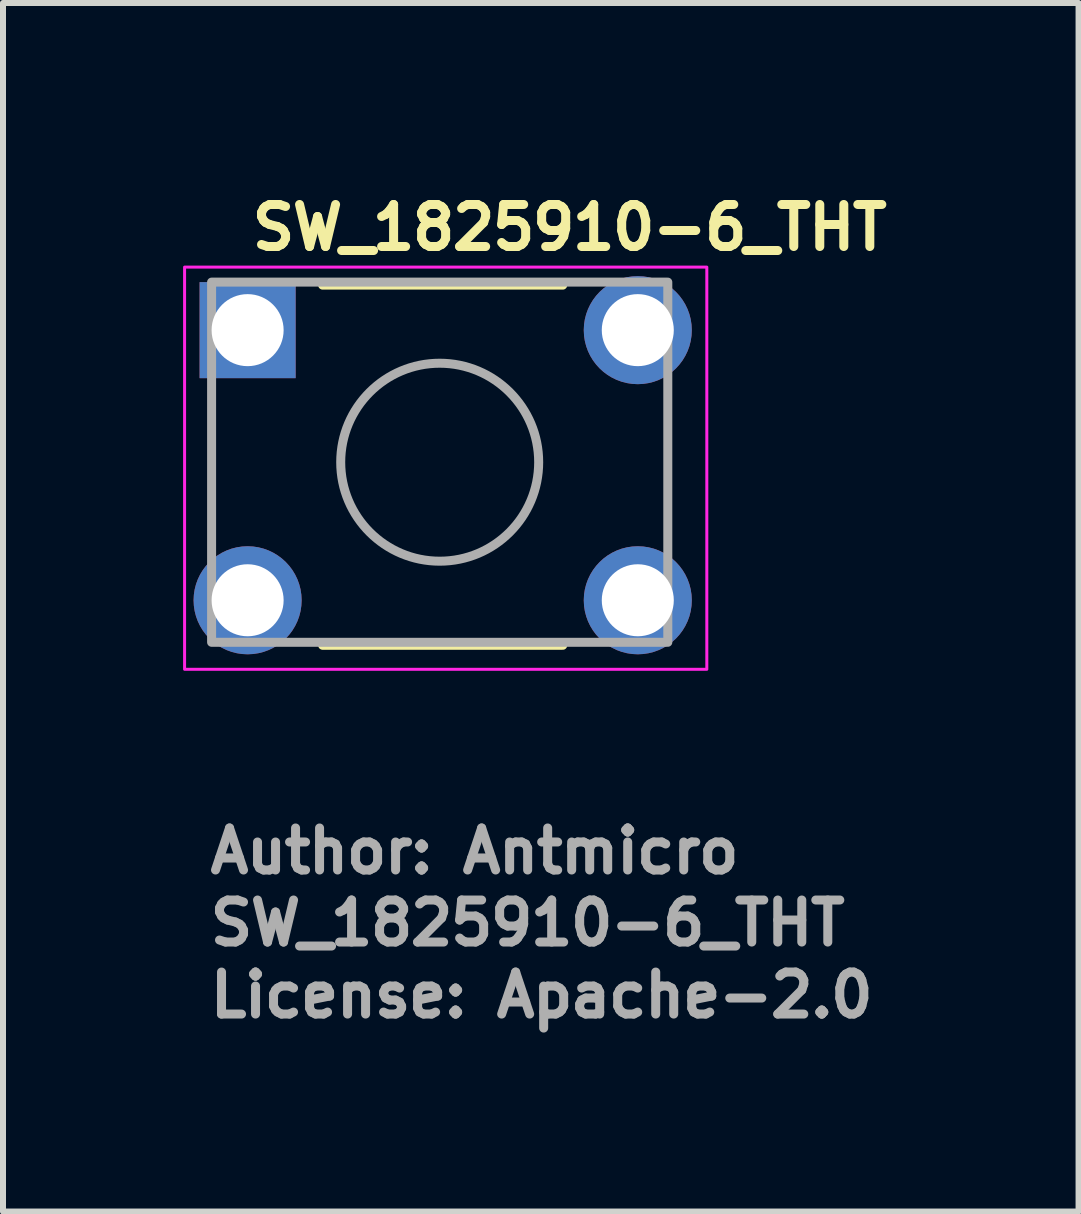
<source format=kicad_pcb>
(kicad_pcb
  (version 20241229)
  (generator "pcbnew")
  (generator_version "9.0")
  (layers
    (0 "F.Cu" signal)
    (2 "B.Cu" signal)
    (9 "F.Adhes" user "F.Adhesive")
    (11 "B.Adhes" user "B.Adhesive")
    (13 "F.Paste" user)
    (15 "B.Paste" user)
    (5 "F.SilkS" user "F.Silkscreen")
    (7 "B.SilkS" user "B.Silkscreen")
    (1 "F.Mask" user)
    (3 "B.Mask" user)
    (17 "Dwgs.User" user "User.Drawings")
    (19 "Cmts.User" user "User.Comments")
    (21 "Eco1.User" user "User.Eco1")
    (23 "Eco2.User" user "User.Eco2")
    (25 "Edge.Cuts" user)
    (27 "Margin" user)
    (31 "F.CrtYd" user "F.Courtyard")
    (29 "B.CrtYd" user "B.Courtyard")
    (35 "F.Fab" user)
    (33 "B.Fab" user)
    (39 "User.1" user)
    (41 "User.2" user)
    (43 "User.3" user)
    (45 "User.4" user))
  (footprint "SW_1825910-6_THT"
    (layer "F.Cu")
    (at 1.075 2.45)
    (property "Reference" "SW_1825910-6_THT" (at 0 -1.3 0) (layer "F.SilkS") (effects (font (size 0.7 0.7) (thickness 0.15)) (justify left bottom)))
    (attr through_hole)
    (fp_line (start 1.25 -0.75) (end 5.25 -0.75) (stroke (width 0.15) (type solid)) (layer "F.SilkS"))
    (fp_line (start 1.25 5.25) (end 5.25 5.25) (stroke (width 0.15) (type solid)) (layer "F.SilkS"))
    (fp_rect (start -1.05 -1.05) (end 7.65 5.65) (stroke (width 0.05) (type solid)) (fill no) (layer "F.CrtYd"))
    (fp_rect (start 7 -0.8) (end -0.6 5.2) (stroke (width 0.15) (type solid)) (fill no) (layer "F.Fab"))
    (fp_circle (center 3.2 2.2) (end 4.849 2.2) (stroke (width 0.15) (type solid)) (fill no) (layer "F.Fab"))
    (fp_rect (start -0.7 -0.795) (end 7.1 5.195) (stroke (width 0.1) (type solid)) (fill no) (layer "User.5"))
    (fp_line (start -0.7 -0.405) (end -0.7 0.305) (stroke (width 0.02) (type solid)) (layer "User.9"))
    (fp_line (start -0.7 -0.405) (end -0.679 -0.405) (stroke (width 0.02) (type solid)) (layer "User.9"))
    (fp_line (start -0.7 0.305) (end -0.679 0.305) (stroke (width 0.02) (type solid)) (layer "User.9"))
    (fp_line (start -0.7 4.095) (end -0.679 4.095) (stroke (width 0.02) (type solid)) (layer "User.9"))
    (fp_line (start -0.7 4.805) (end -0.7 4.095) (stroke (width 0.02) (type solid)) (layer "User.9"))
    (fp_line (start -0.7 4.805) (end -0.679 4.805) (stroke (width 0.02) (type solid)) (layer "User.9"))
    (fp_line (start -0.679 -0.405) (end -0.355 -0.405) (stroke (width 0.02) (type solid)) (layer "User.9"))
    (fp_line (start -0.679 0.305) (end -0.355 0.305) (stroke (width 0.02) (type solid)) (layer "User.9"))
    (fp_line (start -0.679 4.095) (end -0.355 4.095) (stroke (width 0.02) (type solid)) (layer "User.9"))
    (fp_line (start -0.679 4.805) (end -0.355 4.805) (stroke (width 0.02) (type solid)) (layer "User.9"))
    (fp_line (start -0.355 -0.405) (end -0.35 -0.405) (stroke (width 0.02) (type solid)) (layer "User.9"))
    (fp_line (start -0.355 0.305) (end -0.35 0.305) (stroke (width 0.02) (type solid)) (layer "User.9"))
    (fp_line (start -0.355 4.095) (end -0.35 4.095) (stroke (width 0.02) (type solid)) (layer "User.9"))
    (fp_line (start -0.355 4.805) (end -0.35 4.805) (stroke (width 0.02) (type solid)) (layer "User.9"))
    (fp_line (start -0.35 -0.405) (end -0.35 0.305) (stroke (width 0.02) (type solid)) (layer "User.9"))
    (fp_line (start -0.35 -0.405) (end -0.233 -0.405) (stroke (width 0.02) (type solid)) (layer "User.9"))
    (fp_line (start -0.35 0.305) (end -0.233 0.305) (stroke (width 0.02) (type solid)) (layer "User.9"))
    (fp_line (start -0.35 4.095) (end -0.233 4.095) (stroke (width 0.02) (type solid)) (layer "User.9"))
    (fp_line (start -0.35 4.805) (end -0.35 4.095) (stroke (width 0.02) (type solid)) (layer "User.9"))
    (fp_line (start -0.35 4.805) (end -0.233 4.805) (stroke (width 0.02) (type solid)) (layer "User.9"))
    (fp_line (start -0.233 -0.405) (end -0.233 -0.405) (stroke (width 0.02) (type solid)) (layer "User.9"))
    (fp_line (start -0.233 -0.405) (end 0.05 -0.405) (stroke (width 0.02) (type solid)) (layer "User.9"))
    (fp_line (start -0.233 0.305) (end -0.233 0.305) (stroke (width 0.02) (type solid)) (layer "User.9"))
    (fp_line (start -0.233 0.305) (end 0.05 0.305) (stroke (width 0.02) (type solid)) (layer "User.9"))
    (fp_line (start -0.233 4.095) (end -0.233 4.095) (stroke (width 0.02) (type solid)) (layer "User.9"))
    (fp_line (start -0.233 4.095) (end 0.05 4.095) (stroke (width 0.02) (type solid)) (layer "User.9"))
    (fp_line (start -0.233 4.805) (end -0.233 4.805) (stroke (width 0.02) (type solid)) (layer "User.9"))
    (fp_line (start -0.233 4.805) (end 0.05 4.805) (stroke (width 0.02) (type solid)) (layer "User.9"))
    (fp_line (start 0.05 -0.405) (end 0.205 -0.405) (stroke (width 0.02) (type solid)) (layer "User.9"))
    (fp_line (start 0.05 0.305) (end 0.205 0.305) (stroke (width 0.02) (type solid)) (layer "User.9"))
    (fp_line (start 0.05 4.095) (end 0.205 4.095) (stroke (width 0.02) (type solid)) (layer "User.9"))
    (fp_line (start 0.05 4.805) (end 0.205 4.805) (stroke (width 0.02) (type solid)) (layer "User.9"))
    (fp_line (start 0.205 -0.495) (end 0.205 4.895) (stroke (width 0.02) (type solid)) (layer "User.9"))
    (fp_line (start 0.205 -0.495) (end 0.205 4.895) (stroke (width 0.02) (type solid)) (layer "User.9"))
    (fp_line (start 0.205 4.895) (end 0.205 4.91) (stroke (width 0.02) (type solid)) (layer "User.9"))
    (fp_line (start 0.205 -0.51) (end 0.205 -0.495) (stroke (width 0.02) (type solid)) (layer "User.9"))
    (fp_line (start 0.205 4.91) (end 0.206 4.925) (stroke (width 0.02) (type solid)) (layer "User.9"))
    (fp_line (start 0.206 -0.525) (end 0.205 -0.51) (stroke (width 0.02) (type solid)) (layer "User.9"))
    (fp_line (start 0.206 4.925) (end 0.208 4.939) (stroke (width 0.02) (type solid)) (layer "User.9"))
    (fp_line (start 0.208 -0.539) (end 0.206 -0.525) (stroke (width 0.02) (type solid)) (layer "User.9"))
    (fp_line (start 0.208 4.939) (end 0.211 4.954) (stroke (width 0.02) (type solid)) (layer "User.9"))
    (fp_line (start 0.211 -0.554) (end 0.208 -0.539) (stroke (width 0.02) (type solid)) (layer "User.9"))
    (fp_line (start 0.211 4.954) (end 0.214 4.968) (stroke (width 0.02) (type solid)) (layer "User.9"))
    (fp_line (start 0.214 -0.568) (end 0.211 -0.554) (stroke (width 0.02) (type solid)) (layer "User.9"))
    (fp_line (start 0.214 4.968) (end 0.218 4.982) (stroke (width 0.02) (type solid)) (layer "User.9"))
    (fp_line (start 0.218 -0.582) (end 0.214 -0.568) (stroke (width 0.02) (type solid)) (layer "User.9"))
    (fp_line (start 0.218 4.982) (end 0.223 4.996) (stroke (width 0.02) (type solid)) (layer "User.9"))
    (fp_line (start 0.223 -0.596) (end 0.218 -0.582) (stroke (width 0.02) (type solid)) (layer "User.9"))
    (fp_line (start 0.223 4.996) (end 0.228 5.01) (stroke (width 0.02) (type solid)) (layer "User.9"))
    (fp_line (start 0.228 -0.61) (end 0.223 -0.596) (stroke (width 0.02) (type solid)) (layer "User.9"))
    (fp_line (start 0.228 5.01) (end 0.234 5.023) (stroke (width 0.02) (type solid)) (layer "User.9"))
    (fp_line (start 0.234 -0.623) (end 0.228 -0.61) (stroke (width 0.02) (type solid)) (layer "User.9"))
    (fp_line (start 0.234 5.023) (end 0.24 5.036) (stroke (width 0.02) (type solid)) (layer "User.9"))
    (fp_line (start 0.24 -0.636) (end 0.234 -0.623) (stroke (width 0.02) (type solid)) (layer "User.9"))
    (fp_line (start 0.24 5.036) (end 0.248 5.049) (stroke (width 0.02) (type solid)) (layer "User.9"))
    (fp_line (start 0.248 -0.649) (end 0.24 -0.636) (stroke (width 0.02) (type solid)) (layer "User.9"))
    (fp_line (start 0.248 5.049) (end 0.255 5.061) (stroke (width 0.02) (type solid)) (layer "User.9"))
    (fp_line (start 0.255 -0.661) (end 0.248 -0.649) (stroke (width 0.02) (type solid)) (layer "User.9"))
    (fp_line (start 0.255 5.061) (end 0.264 5.073) (stroke (width 0.02) (type solid)) (layer "User.9"))
    (fp_line (start 0.264 -0.673) (end 0.255 -0.661) (stroke (width 0.02) (type solid)) (layer "User.9"))
    (fp_line (start 0.264 5.073) (end 0.273 5.085) (stroke (width 0.02) (type solid)) (layer "User.9"))
    (fp_line (start 0.273 -0.685) (end 0.264 -0.673) (stroke (width 0.02) (type solid)) (layer "User.9"))
    (fp_line (start 0.273 5.085) (end 0.283 5.096) (stroke (width 0.02) (type solid)) (layer "User.9"))
    (fp_line (start 0.283 -0.696) (end 0.273 -0.685) (stroke (width 0.02) (type solid)) (layer "User.9"))
    (fp_line (start 0.283 5.096) (end 0.293 5.107) (stroke (width 0.02) (type solid)) (layer "User.9"))
    (fp_line (start 0.293 -0.707) (end 0.283 -0.696) (stroke (width 0.02) (type solid)) (layer "User.9"))
    (fp_line (start 0.293 -0.707) (end 0.293 -0.707) (stroke (width 0.02) (type solid)) (layer "User.9"))
    (fp_line (start 0.293 5.107) (end 0.293 5.107) (stroke (width 0.02) (type solid)) (layer "User.9"))
    (fp_line (start 0.293 5.107) (end 0.304 5.117) (stroke (width 0.02) (type solid)) (layer "User.9"))
    (fp_line (start 0.304 -0.717) (end 0.293 -0.707) (stroke (width 0.02) (type solid)) (layer "User.9"))
    (fp_line (start 0.304 5.117) (end 0.315 5.127) (stroke (width 0.02) (type solid)) (layer "User.9"))
    (fp_line (start 0.315 -0.727) (end 0.304 -0.717) (stroke (width 0.02) (type solid)) (layer "User.9"))
    (fp_line (start 0.315 5.127) (end 0.327 5.136) (stroke (width 0.02) (type solid)) (layer "User.9"))
    (fp_line (start 0.327 -0.736) (end 0.315 -0.727) (stroke (width 0.02) (type solid)) (layer "User.9"))
    (fp_line (start 0.327 5.136) (end 0.339 5.145) (stroke (width 0.02) (type solid)) (layer "User.9"))
    (fp_line (start 0.339 -0.745) (end 0.327 -0.736) (stroke (width 0.02) (type solid)) (layer "User.9"))
    (fp_line (start 0.339 5.145) (end 0.351 5.152) (stroke (width 0.02) (type solid)) (layer "User.9"))
    (fp_line (start 0.351 -0.752) (end 0.339 -0.745) (stroke (width 0.02) (type solid)) (layer "User.9"))
    (fp_line (start 0.351 5.152) (end 0.364 5.16) (stroke (width 0.02) (type solid)) (layer "User.9"))
    (fp_line (start 0.364 -0.76) (end 0.351 -0.752) (stroke (width 0.02) (type solid)) (layer "User.9"))
    (fp_line (start 0.364 5.16) (end 0.377 5.166) (stroke (width 0.02) (type solid)) (layer "User.9"))
    (fp_line (start 0.377 -0.766) (end 0.364 -0.76) (stroke (width 0.02) (type solid)) (layer "User.9"))
    (fp_line (start 0.377 5.166) (end 0.39 5.172) (stroke (width 0.02) (type solid)) (layer "User.9"))
    (fp_line (start 0.39 -0.772) (end 0.377 -0.766) (stroke (width 0.02) (type solid)) (layer "User.9"))
    (fp_line (start 0.39 5.172) (end 0.404 5.177) (stroke (width 0.02) (type solid)) (layer "User.9"))
    (fp_line (start 0.404 -0.777) (end 0.39 -0.772) (stroke (width 0.02) (type solid)) (layer "User.9"))
    (fp_line (start 0.404 5.177) (end 0.418 5.182) (stroke (width 0.02) (type solid)) (layer "User.9"))
    (fp_line (start 0.418 -0.782) (end 0.404 -0.777) (stroke (width 0.02) (type solid)) (layer "User.9"))
    (fp_line (start 0.418 5.182) (end 0.432 5.186) (stroke (width 0.02) (type solid)) (layer "User.9"))
    (fp_line (start 0.432 -0.786) (end 0.418 -0.782) (stroke (width 0.02) (type solid)) (layer "User.9"))
    (fp_line (start 0.432 5.186) (end 0.446 5.189) (stroke (width 0.02) (type solid)) (layer "User.9"))
    (fp_line (start 0.446 -0.789) (end 0.432 -0.786) (stroke (width 0.02) (type solid)) (layer "User.9"))
    (fp_line (start 0.446 5.189) (end 0.461 5.192) (stroke (width 0.02) (type solid)) (layer "User.9"))
    (fp_line (start 0.461 -0.792) (end 0.446 -0.789) (stroke (width 0.02) (type solid)) (layer "User.9"))
    (fp_line (start 0.461 5.192) (end 0.475 5.194) (stroke (width 0.02) (type solid)) (layer "User.9"))
    (fp_line (start 0.475 -0.794) (end 0.461 -0.792) (stroke (width 0.02) (type solid)) (layer "User.9"))
    (fp_line (start 0.475 5.194) (end 0.49 5.195) (stroke (width 0.02) (type solid)) (layer "User.9"))
    (fp_line (start 0.49 -0.795) (end 0.475 -0.794) (stroke (width 0.02) (type solid)) (layer "User.9"))
    (fp_line (start 0.49 5.195) (end 0.505 5.195) (stroke (width 0.02) (type solid)) (layer "User.9"))
    (fp_line (start 0.505 -0.795) (end 0.49 -0.795) (stroke (width 0.02) (type solid)) (layer "User.9"))
    (fp_line (start 0.505 5.195) (end 5.895 5.195) (stroke (width 0.02) (type solid)) (layer "User.9"))
    (fp_line (start 0.505 5.195) (end 5.895 5.195) (stroke (width 0.02) (type solid)) (layer "User.9"))
    (fp_line (start 0.75 0.2) (end 0.751 0.171) (stroke (width 0.02) (type solid)) (layer "User.9"))
    (fp_line (start 0.75 4.2) (end 0.751 4.17) (stroke (width 0.02) (type solid)) (layer "User.9"))
    (fp_line (start 0.75 4.215) (end 0.75 4.2) (stroke (width 0.02) (type solid)) (layer "User.9"))
    (fp_line (start 0.751 0.171) (end 0.754 0.142) (stroke (width 0.02) (type solid)) (layer "User.9"))
    (fp_line (start 0.751 0.229) (end 0.75 0.2) (stroke (width 0.02) (type solid)) (layer "User.9"))
    (fp_line (start 0.751 4.17) (end 0.754 4.14) (stroke (width 0.02) (type solid)) (layer "User.9"))
    (fp_line (start 0.751 4.23) (end 0.75 4.215) (stroke (width 0.02) (type solid)) (layer "User.9"))
    (fp_line (start 0.752 4.245) (end 0.751 4.23) (stroke (width 0.02) (type solid)) (layer "User.9"))
    (fp_line (start 0.754 0.142) (end 0.758 0.113) (stroke (width 0.02) (type solid)) (layer "User.9"))
    (fp_line (start 0.754 0.258) (end 0.751 0.229) (stroke (width 0.02) (type solid)) (layer "User.9"))
    (fp_line (start 0.754 4.14) (end 0.759 4.111) (stroke (width 0.02) (type solid)) (layer "User.9"))
    (fp_line (start 0.754 4.26) (end 0.752 4.245) (stroke (width 0.02) (type solid)) (layer "User.9"))
    (fp_line (start 0.756 4.274) (end 0.754 4.26) (stroke (width 0.02) (type solid)) (layer "User.9"))
    (fp_line (start 0.758 0.113) (end 0.765 0.084) (stroke (width 0.02) (type solid)) (layer "User.9"))
    (fp_line (start 0.758 0.287) (end 0.754 0.258) (stroke (width 0.02) (type solid)) (layer "User.9"))
    (fp_line (start 0.759 4.111) (end 0.766 4.083) (stroke (width 0.02) (type solid)) (layer "User.9"))
    (fp_line (start 0.759 4.289) (end 0.756 4.274) (stroke (width 0.02) (type solid)) (layer "User.9"))
    (fp_line (start 0.762 4.303) (end 0.759 4.289) (stroke (width 0.02) (type solid)) (layer "User.9"))
    (fp_line (start 0.765 0.084) (end 0.774 0.056) (stroke (width 0.02) (type solid)) (layer "User.9"))
    (fp_line (start 0.765 0.316) (end 0.758 0.287) (stroke (width 0.02) (type solid)) (layer "User.9"))
    (fp_line (start 0.766 4.083) (end 0.774 4.055) (stroke (width 0.02) (type solid)) (layer "User.9"))
    (fp_line (start 0.766 4.317) (end 0.762 4.303) (stroke (width 0.02) (type solid)) (layer "User.9"))
    (fp_line (start 0.77 4.332) (end 0.766 4.317) (stroke (width 0.02) (type solid)) (layer "User.9"))
    (fp_line (start 0.774 0.056) (end 0.784 0.029) (stroke (width 0.02) (type solid)) (layer "User.9"))
    (fp_line (start 0.774 0.344) (end 0.765 0.316) (stroke (width 0.02) (type solid)) (layer "User.9"))
    (fp_line (start 0.774 4.055) (end 0.784 4.027) (stroke (width 0.02) (type solid)) (layer "User.9"))
    (fp_line (start 0.774 4.345) (end 0.77 4.332) (stroke (width 0.02) (type solid)) (layer "User.9"))
    (fp_line (start 0.779 4.359) (end 0.774 4.345) (stroke (width 0.02) (type solid)) (layer "User.9"))
    (fp_line (start 0.784 0.029) (end 0.796 0.001) (stroke (width 0.02) (type solid)) (layer "User.9"))
    (fp_line (start 0.784 0.371) (end 0.774 0.344) (stroke (width 0.02) (type solid)) (layer "User.9"))
    (fp_line (start 0.784 4.027) (end 0.797 4.001) (stroke (width 0.02) (type solid)) (layer "User.9"))
    (fp_line (start 0.784 4.373) (end 0.779 4.359) (stroke (width 0.02) (type solid)) (layer "User.9"))
    (fp_line (start 0.79 4.386) (end 0.784 4.373) (stroke (width 0.02) (type solid)) (layer "User.9"))
    (fp_line (start 0.796 0.001) (end 0.81 -0.025) (stroke (width 0.02) (type solid)) (layer "User.9"))
    (fp_line (start 0.796 0.399) (end 0.784 0.371) (stroke (width 0.02) (type solid)) (layer "User.9"))
    (fp_line (start 0.797 4.001) (end 0.81 3.975) (stroke (width 0.02) (type solid)) (layer "User.9"))
    (fp_line (start 0.797 4.399) (end 0.79 4.386) (stroke (width 0.02) (type solid)) (layer "User.9"))
    (fp_line (start 0.803 4.412) (end 0.797 4.399) (stroke (width 0.02) (type solid)) (layer "User.9"))
    (fp_line (start 0.81 -0.025) (end 0.81 -0.025) (stroke (width 0.02) (type solid)) (layer "User.9"))
    (fp_line (start 0.81 -0.025) (end 0.818 -0.038) (stroke (width 0.02) (type solid)) (layer "User.9"))
    (fp_line (start 0.81 0.425) (end 0.796 0.399) (stroke (width 0.02) (type solid)) (layer "User.9"))
    (fp_line (start 0.81 0.425) (end 0.81 0.425) (stroke (width 0.02) (type solid)) (layer "User.9"))
    (fp_line (start 0.81 3.975) (end 0.826 3.95) (stroke (width 0.02) (type solid)) (layer "User.9"))
    (fp_line (start 0.81 4.425) (end 0.803 4.412) (stroke (width 0.02) (type solid)) (layer "User.9"))
    (fp_line (start 0.818 4.437) (end 0.81 4.425) (stroke (width 0.02) (type solid)) (layer "User.9"))
    (fp_line (start 0.818 -0.038) (end 0.826 -0.05) (stroke (width 0.02) (type solid)) (layer "User.9"))
    (fp_line (start 0.826 3.95) (end 0.843 3.927) (stroke (width 0.02) (type solid)) (layer "User.9"))
    (fp_line (start 0.826 4.45) (end 0.818 4.437) (stroke (width 0.02) (type solid)) (layer "User.9"))
    (fp_line (start 0.826 -0.05) (end 0.835 -0.063) (stroke (width 0.02) (type solid)) (layer "User.9"))
    (fp_line (start 0.826 0.45) (end 0.81 0.425) (stroke (width 0.02) (type solid)) (layer "User.9"))
    (fp_line (start 0.834 4.462) (end 0.826 4.45) (stroke (width 0.02) (type solid)) (layer "User.9"))
    (fp_line (start 0.835 -0.063) (end 0.844 -0.075) (stroke (width 0.02) (type solid)) (layer "User.9"))
    (fp_line (start 0.843 3.927) (end 0.861 3.904) (stroke (width 0.02) (type solid)) (layer "User.9"))
    (fp_line (start 0.843 4.473) (end 0.834 4.462) (stroke (width 0.02) (type solid)) (layer "User.9"))
    (fp_line (start 0.844 -0.075) (end 0.853 -0.086) (stroke (width 0.02) (type solid)) (layer "User.9"))
    (fp_line (start 0.844 0.475) (end 0.826 0.45) (stroke (width 0.02) (type solid)) (layer "User.9"))
    (fp_line (start 0.852 4.485) (end 0.843 4.473) (stroke (width 0.02) (type solid)) (layer "User.9"))
    (fp_line (start 0.853 -0.086) (end 0.862 -0.097) (stroke (width 0.02) (type solid)) (layer "User.9"))
    (fp_line (start 0.861 3.904) (end 0.881 3.882) (stroke (width 0.02) (type solid)) (layer "User.9"))
    (fp_line (start 0.861 4.496) (end 0.852 4.485) (stroke (width 0.02) (type solid)) (layer "User.9"))
    (fp_line (start 0.862 -0.097) (end 0.872 -0.108) (stroke (width 0.02) (type solid)) (layer "User.9"))
    (fp_line (start 0.862 0.497) (end 0.844 0.475) (stroke (width 0.02) (type solid)) (layer "User.9"))
    (fp_line (start 0.871 4.507) (end 0.861 4.496) (stroke (width 0.02) (type solid)) (layer "User.9"))
    (fp_line (start 0.872 -0.108) (end 0.882 -0.119) (stroke (width 0.02) (type solid)) (layer "User.9"))
    (fp_line (start 0.881 3.882) (end 0.903 3.862) (stroke (width 0.02) (type solid)) (layer "User.9"))
    (fp_line (start 0.881 4.518) (end 0.871 4.507) (stroke (width 0.02) (type solid)) (layer "User.9"))
    (fp_line (start 0.882 -0.119) (end 0.893 -0.129) (stroke (width 0.02) (type solid)) (layer "User.9"))
    (fp_line (start 0.882 0.519) (end 0.862 0.497) (stroke (width 0.02) (type solid)) (layer "User.9"))
    (fp_line (start 0.892 4.528) (end 0.881 4.518) (stroke (width 0.02) (type solid)) (layer "User.9"))
    (fp_line (start 0.893 -0.129) (end 0.904 -0.139) (stroke (width 0.02) (type solid)) (layer "User.9"))
    (fp_line (start 0.903 3.862) (end 0.925 3.844) (stroke (width 0.02) (type solid)) (layer "User.9"))
    (fp_line (start 0.903 4.538) (end 0.892 4.528) (stroke (width 0.02) (type solid)) (layer "User.9"))
    (fp_line (start 0.904 -0.139) (end 0.915 -0.148) (stroke (width 0.02) (type solid)) (layer "User.9"))
    (fp_line (start 0.904 0.539) (end 0.882 0.519) (stroke (width 0.02) (type solid)) (layer "User.9"))
    (fp_line (start 0.914 4.547) (end 0.903 4.538) (stroke (width 0.02) (type solid)) (layer "User.9"))
    (fp_line (start 0.915 -0.148) (end 0.927 -0.157) (stroke (width 0.02) (type solid)) (layer "User.9"))
    (fp_line (start 0.925 3.844) (end 0.95 3.826) (stroke (width 0.02) (type solid)) (layer "User.9"))
    (fp_line (start 0.925 4.556) (end 0.914 4.547) (stroke (width 0.02) (type solid)) (layer "User.9"))
    (fp_line (start 0.927 -0.157) (end 0.938 -0.166) (stroke (width 0.02) (type solid)) (layer "User.9"))
    (fp_line (start 0.927 0.557) (end 0.904 0.539) (stroke (width 0.02) (type solid)) (layer "User.9"))
    (fp_line (start 0.937 4.565) (end 0.925 4.556) (stroke (width 0.02) (type solid)) (layer "User.9"))
    (fp_line (start 0.938 -0.166) (end 0.95 -0.174) (stroke (width 0.02) (type solid)) (layer "User.9"))
    (fp_line (start 0.95 3.826) (end 0.975 3.81) (stroke (width 0.02) (type solid)) (layer "User.9"))
    (fp_line (start 0.95 4.574) (end 0.937 4.565) (stroke (width 0.02) (type solid)) (layer "User.9"))
    (fp_line (start 0.95 -0.174) (end 0.963 -0.182) (stroke (width 0.02) (type solid)) (layer "User.9"))
    (fp_line (start 0.95 0.574) (end 0.927 0.557) (stroke (width 0.02) (type solid)) (layer "User.9"))
    (fp_line (start 0.962 4.582) (end 0.95 4.574) (stroke (width 0.02) (type solid)) (layer "User.9"))
    (fp_line (start 0.963 -0.182) (end 0.975 -0.19) (stroke (width 0.02) (type solid)) (layer "User.9"))
    (fp_line (start 0.975 -0.19) (end 0.988 -0.197) (stroke (width 0.02) (type solid)) (layer "User.9"))
    (fp_line (start 0.975 0.59) (end 0.95 0.574) (stroke (width 0.02) (type solid)) (layer "User.9"))
    (fp_line (start 0.975 3.81) (end 0.975 3.81) (stroke (width 0.02) (type solid)) (layer "User.9"))
    (fp_line (start 0.975 3.81) (end 1.001 3.796) (stroke (width 0.02) (type solid)) (layer "User.9"))
    (fp_line (start 0.975 4.59) (end 0.962 4.582) (stroke (width 0.02) (type solid)) (layer "User.9"))
    (fp_line (start 0.975 4.59) (end 0.975 4.59) (stroke (width 0.02) (type solid)) (layer "User.9"))
    (fp_line (start 0.988 -0.197) (end 1.001 -0.203) (stroke (width 0.02) (type solid)) (layer "User.9"))
    (fp_line (start 1.001 -0.203) (end 1.014 -0.21) (stroke (width 0.02) (type solid)) (layer "User.9"))
    (fp_line (start 1.001 0.603) (end 0.975 0.59) (stroke (width 0.02) (type solid)) (layer "User.9"))
    (fp_line (start 1.001 3.796) (end 1.029 3.784) (stroke (width 0.02) (type solid)) (layer "User.9"))
    (fp_line (start 1.001 4.604) (end 0.975 4.59) (stroke (width 0.02) (type solid)) (layer "User.9"))
    (fp_line (start 1.014 -0.21) (end 1.027 -0.216) (stroke (width 0.02) (type solid)) (layer "User.9"))
    (fp_line (start 1.027 -0.216) (end 1.041 -0.221) (stroke (width 0.02) (type solid)) (layer "User.9"))
    (fp_line (start 1.027 0.616) (end 1.001 0.603) (stroke (width 0.02) (type solid)) (layer "User.9"))
    (fp_line (start 1.029 3.784) (end 1.056 3.774) (stroke (width 0.02) (type solid)) (layer "User.9"))
    (fp_line (start 1.029 4.616) (end 1.001 4.604) (stroke (width 0.02) (type solid)) (layer "User.9"))
    (fp_line (start 1.041 -0.221) (end 1.055 -0.226) (stroke (width 0.02) (type solid)) (layer "User.9"))
    (fp_line (start 1.055 -0.226) (end 1.068 -0.23) (stroke (width 0.02) (type solid)) (layer "User.9"))
    (fp_line (start 1.055 0.626) (end 1.027 0.616) (stroke (width 0.02) (type solid)) (layer "User.9"))
    (fp_line (start 1.056 3.774) (end 1.084 3.765) (stroke (width 0.02) (type solid)) (layer "User.9"))
    (fp_line (start 1.056 4.626) (end 1.029 4.616) (stroke (width 0.02) (type solid)) (layer "User.9"))
    (fp_line (start 1.068 -0.23) (end 1.083 -0.234) (stroke (width 0.02) (type solid)) (layer "User.9"))
    (fp_line (start 1.083 -0.234) (end 1.097 -0.238) (stroke (width 0.02) (type solid)) (layer "User.9"))
    (fp_line (start 1.083 0.634) (end 1.055 0.626) (stroke (width 0.02) (type solid)) (layer "User.9"))
    (fp_line (start 1.084 3.765) (end 1.113 3.758) (stroke (width 0.02) (type solid)) (layer "User.9"))
    (fp_line (start 1.084 4.635) (end 1.056 4.626) (stroke (width 0.02) (type solid)) (layer "User.9"))
    (fp_line (start 1.097 -0.238) (end 1.111 -0.241) (stroke (width 0.02) (type solid)) (layer "User.9"))
    (fp_line (start 1.111 -0.241) (end 1.126 -0.244) (stroke (width 0.02) (type solid)) (layer "User.9"))
    (fp_line (start 1.111 0.641) (end 1.083 0.634) (stroke (width 0.02) (type solid)) (layer "User.9"))
    (fp_line (start 1.113 3.758) (end 1.142 3.754) (stroke (width 0.02) (type solid)) (layer "User.9"))
    (fp_line (start 1.113 4.642) (end 1.084 4.635) (stroke (width 0.02) (type solid)) (layer "User.9"))
    (fp_line (start 1.126 -0.244) (end 1.14 -0.246) (stroke (width 0.02) (type solid)) (layer "User.9"))
    (fp_line (start 1.14 -0.246) (end 1.155 -0.248) (stroke (width 0.02) (type solid)) (layer "User.9"))
    (fp_line (start 1.14 0.646) (end 1.111 0.641) (stroke (width 0.02) (type solid)) (layer "User.9"))
    (fp_line (start 1.142 3.754) (end 1.171 3.751) (stroke (width 0.02) (type solid)) (layer "User.9"))
    (fp_line (start 1.142 4.646) (end 1.113 4.642) (stroke (width 0.02) (type solid)) (layer "User.9"))
    (fp_line (start 1.155 -0.248) (end 1.17 -0.249) (stroke (width 0.02) (type solid)) (layer "User.9"))
    (fp_line (start 1.17 -0.249) (end 1.185 -0.25) (stroke (width 0.02) (type solid)) (layer "User.9"))
    (fp_line (start 1.17 0.649) (end 1.14 0.646) (stroke (width 0.02) (type solid)) (layer "User.9"))
    (fp_line (start 1.171 3.751) (end 1.2 3.75) (stroke (width 0.02) (type solid)) (layer "User.9"))
    (fp_line (start 1.171 4.649) (end 1.142 4.646) (stroke (width 0.02) (type solid)) (layer "User.9"))
    (fp_line (start 1.185 -0.25) (end 1.2 -0.25) (stroke (width 0.02) (type solid)) (layer "User.9"))
    (fp_line (start 1.2 -0.25) (end 1.23 -0.249) (stroke (width 0.02) (type solid)) (layer "User.9"))
    (fp_line (start 1.2 0.65) (end 1.17 0.649) (stroke (width 0.02) (type solid)) (layer "User.9"))
    (fp_line (start 1.2 3.75) (end 1.229 3.751) (stroke (width 0.02) (type solid)) (layer "User.9"))
    (fp_line (start 1.2 4.65) (end 1.171 4.649) (stroke (width 0.02) (type solid)) (layer "User.9"))
    (fp_line (start 1.215 0.65) (end 1.2 0.65) (stroke (width 0.02) (type solid)) (layer "User.9"))
    (fp_line (start 1.229 3.751) (end 1.258 3.754) (stroke (width 0.02) (type solid)) (layer "User.9"))
    (fp_line (start 1.229 4.649) (end 1.2 4.65) (stroke (width 0.02) (type solid)) (layer "User.9"))
    (fp_line (start 1.23 -0.249) (end 1.26 -0.246) (stroke (width 0.02) (type solid)) (layer "User.9"))
    (fp_line (start 1.23 0.649) (end 1.215 0.65) (stroke (width 0.02) (type solid)) (layer "User.9"))
    (fp_line (start 1.245 0.648) (end 1.23 0.649) (stroke (width 0.02) (type solid)) (layer "User.9"))
    (fp_line (start 1.258 3.754) (end 1.287 3.758) (stroke (width 0.02) (type solid)) (layer "User.9"))
    (fp_line (start 1.258 4.646) (end 1.229 4.649) (stroke (width 0.02) (type solid)) (layer "User.9"))
    (fp_line (start 1.26 -0.246) (end 1.289 -0.241) (stroke (width 0.02) (type solid)) (layer "User.9"))
    (fp_line (start 1.26 0.646) (end 1.245 0.648) (stroke (width 0.02) (type solid)) (layer "User.9"))
    (fp_line (start 1.274 0.644) (end 1.26 0.646) (stroke (width 0.02) (type solid)) (layer "User.9"))
    (fp_line (start 1.287 3.758) (end 1.316 3.765) (stroke (width 0.02) (type solid)) (layer "User.9"))
    (fp_line (start 1.287 4.642) (end 1.258 4.646) (stroke (width 0.02) (type solid)) (layer "User.9"))
    (fp_line (start 1.289 -0.241) (end 1.317 -0.234) (stroke (width 0.02) (type solid)) (layer "User.9"))
    (fp_line (start 1.289 0.641) (end 1.274 0.644) (stroke (width 0.02) (type solid)) (layer "User.9"))
    (fp_line (start 1.303 0.638) (end 1.289 0.641) (stroke (width 0.02) (type solid)) (layer "User.9"))
    (fp_line (start 1.316 3.765) (end 1.344 3.774) (stroke (width 0.02) (type solid)) (layer "User.9"))
    (fp_line (start 1.316 4.635) (end 1.287 4.642) (stroke (width 0.02) (type solid)) (layer "User.9"))
    (fp_line (start 1.317 -0.234) (end 1.345 -0.226) (stroke (width 0.02) (type solid)) (layer "User.9"))
    (fp_line (start 1.317 0.634) (end 1.303 0.638) (stroke (width 0.02) (type solid)) (layer "User.9"))
    (fp_line (start 1.332 0.63) (end 1.317 0.634) (stroke (width 0.02) (type solid)) (layer "User.9"))
    (fp_line (start 1.344 3.774) (end 1.371 3.784) (stroke (width 0.02) (type solid)) (layer "User.9"))
    (fp_line (start 1.344 4.626) (end 1.316 4.635) (stroke (width 0.02) (type solid)) (layer "User.9"))
    (fp_line (start 1.345 -0.226) (end 1.373 -0.216) (stroke (width 0.02) (type solid)) (layer "User.9"))
    (fp_line (start 1.345 0.626) (end 1.332 0.63) (stroke (width 0.02) (type solid)) (layer "User.9"))
    (fp_line (start 1.359 0.621) (end 1.345 0.626) (stroke (width 0.02) (type solid)) (layer "User.9"))
    (fp_line (start 1.371 3.784) (end 1.399 3.796) (stroke (width 0.02) (type solid)) (layer "User.9"))
    (fp_line (start 1.371 4.616) (end 1.344 4.626) (stroke (width 0.02) (type solid)) (layer "User.9"))
    (fp_line (start 1.373 -0.216) (end 1.399 -0.203) (stroke (width 0.02) (type solid)) (layer "User.9"))
    (fp_line (start 1.373 0.616) (end 1.359 0.621) (stroke (width 0.02) (type solid)) (layer "User.9"))
    (fp_line (start 1.386 0.61) (end 1.373 0.616) (stroke (width 0.02) (type solid)) (layer "User.9"))
    (fp_line (start 1.399 3.796) (end 1.425 3.81) (stroke (width 0.02) (type solid)) (layer "User.9"))
    (fp_line (start 1.399 4.604) (end 1.371 4.616) (stroke (width 0.02) (type solid)) (layer "User.9"))
    (fp_line (start 1.399 -0.203) (end 1.425 -0.19) (stroke (width 0.02) (type solid)) (layer "User.9"))
    (fp_line (start 1.399 0.603) (end 1.386 0.61) (stroke (width 0.02) (type solid)) (layer "User.9"))
    (fp_line (start 1.412 0.597) (end 1.399 0.603) (stroke (width 0.02) (type solid)) (layer "User.9"))
    (fp_line (start 1.425 -0.19) (end 1.45 -0.174) (stroke (width 0.02) (type solid)) (layer "User.9"))
    (fp_line (start 1.425 0.59) (end 1.412 0.597) (stroke (width 0.02) (type solid)) (layer "User.9"))
    (fp_line (start 1.425 3.81) (end 1.425 3.81) (stroke (width 0.02) (type solid)) (layer "User.9"))
    (fp_line (start 1.425 3.81) (end 1.438 3.818) (stroke (width 0.02) (type solid)) (layer "User.9"))
    (fp_line (start 1.425 4.59) (end 1.399 4.604) (stroke (width 0.02) (type solid)) (layer "User.9"))
    (fp_line (start 1.425 4.59) (end 1.425 4.59) (stroke (width 0.02) (type solid)) (layer "User.9"))
    (fp_line (start 1.437 0.582) (end 1.425 0.59) (stroke (width 0.02) (type solid)) (layer "User.9"))
    (fp_line (start 1.438 3.818) (end 1.45 3.826) (stroke (width 0.02) (type solid)) (layer "User.9"))
    (fp_line (start 1.445 2.2) (end 1.447 2.11) (stroke (width 0.02) (type solid)) (layer "User.9"))
    (fp_line (start 1.447 2.11) (end 1.454 2.021) (stroke (width 0.02) (type solid)) (layer "User.9"))
    (fp_line (start 1.447 2.29) (end 1.445 2.2) (stroke (width 0.02) (type solid)) (layer "User.9"))
    (fp_line (start 1.45 -0.174) (end 1.473 -0.157) (stroke (width 0.02) (type solid)) (layer "User.9"))
    (fp_line (start 1.45 0.574) (end 1.437 0.582) (stroke (width 0.02) (type solid)) (layer "User.9"))
    (fp_line (start 1.45 3.826) (end 1.463 3.835) (stroke (width 0.02) (type solid)) (layer "User.9"))
    (fp_line (start 1.45 4.574) (end 1.425 4.59) (stroke (width 0.02) (type solid)) (layer "User.9"))
    (fp_line (start 1.454 2.021) (end 1.465 1.933) (stroke (width 0.02) (type solid)) (layer "User.9"))
    (fp_line (start 1.454 2.379) (end 1.447 2.29) (stroke (width 0.02) (type solid)) (layer "User.9"))
    (fp_line (start 1.462 0.566) (end 1.45 0.574) (stroke (width 0.02) (type solid)) (layer "User.9"))
    (fp_line (start 1.463 3.835) (end 1.475 3.844) (stroke (width 0.02) (type solid)) (layer "User.9"))
    (fp_line (start 1.465 1.933) (end 1.481 1.846) (stroke (width 0.02) (type solid)) (layer "User.9"))
    (fp_line (start 1.465 2.467) (end 1.454 2.379) (stroke (width 0.02) (type solid)) (layer "User.9"))
    (fp_line (start 1.473 -0.157) (end 1.496 -0.139) (stroke (width 0.02) (type solid)) (layer "User.9"))
    (fp_line (start 1.473 0.557) (end 1.462 0.566) (stroke (width 0.02) (type solid)) (layer "User.9"))
    (fp_line (start 1.475 3.844) (end 1.486 3.853) (stroke (width 0.02) (type solid)) (layer "User.9"))
    (fp_line (start 1.475 4.556) (end 1.45 4.574) (stroke (width 0.02) (type solid)) (layer "User.9"))
    (fp_line (start 1.481 1.846) (end 1.5 1.762) (stroke (width 0.02) (type solid)) (layer "User.9"))
    (fp_line (start 1.481 2.554) (end 1.465 2.467) (stroke (width 0.02) (type solid)) (layer "User.9"))
    (fp_line (start 1.485 0.548) (end 1.473 0.557) (stroke (width 0.02) (type solid)) (layer "User.9"))
    (fp_line (start 1.486 3.853) (end 1.497 3.862) (stroke (width 0.02) (type solid)) (layer "User.9"))
    (fp_line (start 1.496 -0.139) (end 1.518 -0.119) (stroke (width 0.02) (type solid)) (layer "User.9"))
    (fp_line (start 1.496 0.539) (end 1.485 0.548) (stroke (width 0.02) (type solid)) (layer "User.9"))
    (fp_line (start 1.497 3.862) (end 1.508 3.872) (stroke (width 0.02) (type solid)) (layer "User.9"))
    (fp_line (start 1.497 4.538) (end 1.475 4.556) (stroke (width 0.02) (type solid)) (layer "User.9"))
    (fp_line (start 1.5 1.762) (end 1.524 1.678) (stroke (width 0.02) (type solid)) (layer "User.9"))
    (fp_line (start 1.5 2.638) (end 1.481 2.554) (stroke (width 0.02) (type solid)) (layer "User.9"))
    (fp_line (start 1.507 0.529) (end 1.496 0.539) (stroke (width 0.02) (type solid)) (layer "User.9"))
    (fp_line (start 1.508 3.872) (end 1.519 3.882) (stroke (width 0.02) (type solid)) (layer "User.9"))
    (fp_line (start 1.518 -0.119) (end 1.538 -0.097) (stroke (width 0.02) (type solid)) (layer "User.9"))
    (fp_line (start 1.518 0.519) (end 1.507 0.529) (stroke (width 0.02) (type solid)) (layer "User.9"))
    (fp_line (start 1.519 3.882) (end 1.529 3.893) (stroke (width 0.02) (type solid)) (layer "User.9"))
    (fp_line (start 1.519 4.518) (end 1.497 4.538) (stroke (width 0.02) (type solid)) (layer "User.9"))
    (fp_line (start 1.524 1.678) (end 1.552 1.597) (stroke (width 0.02) (type solid)) (layer "User.9"))
    (fp_line (start 1.524 2.722) (end 1.5 2.638) (stroke (width 0.02) (type solid)) (layer "User.9"))
    (fp_line (start 1.528 0.508) (end 1.518 0.519) (stroke (width 0.02) (type solid)) (layer "User.9"))
    (fp_line (start 1.529 3.893) (end 1.539 3.904) (stroke (width 0.02) (type solid)) (layer "User.9"))
    (fp_line (start 1.538 -0.097) (end 1.556 -0.075) (stroke (width 0.02) (type solid)) (layer "User.9"))
    (fp_line (start 1.538 0.497) (end 1.528 0.508) (stroke (width 0.02) (type solid)) (layer "User.9"))
    (fp_line (start 1.539 3.904) (end 1.548 3.915) (stroke (width 0.02) (type solid)) (layer "User.9"))
    (fp_line (start 1.539 4.496) (end 1.519 4.518) (stroke (width 0.02) (type solid)) (layer "User.9"))
    (fp_line (start 1.547 0.486) (end 1.538 0.497) (stroke (width 0.02) (type solid)) (layer "User.9"))
    (fp_line (start 1.548 3.915) (end 1.557 3.927) (stroke (width 0.02) (type solid)) (layer "User.9"))
    (fp_line (start 1.552 1.597) (end 1.583 1.517) (stroke (width 0.02) (type solid)) (layer "User.9"))
    (fp_line (start 1.552 2.803) (end 1.524 2.722) (stroke (width 0.02) (type solid)) (layer "User.9"))
    (fp_line (start 1.556 -0.075) (end 1.574 -0.05) (stroke (width 0.02) (type solid)) (layer "User.9"))
    (fp_line (start 1.556 0.475) (end 1.547 0.486) (stroke (width 0.02) (type solid)) (layer "User.9"))
    (fp_line (start 1.557 3.927) (end 1.566 3.938) (stroke (width 0.02) (type solid)) (layer "User.9"))
    (fp_line (start 1.557 4.473) (end 1.539 4.496) (stroke (width 0.02) (type solid)) (layer "User.9"))
    (fp_line (start 1.565 0.463) (end 1.556 0.475) (stroke (width 0.02) (type solid)) (layer "User.9"))
    (fp_line (start 1.566 3.938) (end 1.574 3.95) (stroke (width 0.02) (type solid)) (layer "User.9"))
    (fp_line (start 1.574 -0.05) (end 1.59 -0.025) (stroke (width 0.02) (type solid)) (layer "User.9"))
    (fp_line (start 1.574 0.45) (end 1.565 0.463) (stroke (width 0.02) (type solid)) (layer "User.9"))
    (fp_line (start 1.574 3.95) (end 1.582 3.963) (stroke (width 0.02) (type solid)) (layer "User.9"))
    (fp_line (start 1.574 4.45) (end 1.557 4.473) (stroke (width 0.02) (type solid)) (layer "User.9"))
    (fp_line (start 1.582 0.438) (end 1.574 0.45) (stroke (width 0.02) (type solid)) (layer "User.9"))
    (fp_line (start 1.582 3.963) (end 1.59 3.975) (stroke (width 0.02) (type solid)) (layer "User.9"))
    (fp_line (start 1.583 1.517) (end 1.618 1.439) (stroke (width 0.02) (type solid)) (layer "User.9"))
    (fp_line (start 1.583 2.883) (end 1.552 2.803) (stroke (width 0.02) (type solid)) (layer "User.9"))
    (fp_line (start 1.59 -0.025) (end 1.59 -0.025) (stroke (width 0.02) (type solid)) (layer "User.9"))
    (fp_line (start 1.59 -0.025) (end 1.604 0.001) (stroke (width 0.02) (type solid)) (layer "User.9"))
    (fp_line (start 1.59 0.425) (end 1.582 0.438) (stroke (width 0.02) (type solid)) (layer "User.9"))
    (fp_line (start 1.59 0.425) (end 1.59 0.425) (stroke (width 0.02) (type solid)) (layer "User.9"))
    (fp_line (start 1.59 3.975) (end 1.597 3.988) (stroke (width 0.02) (type solid)) (layer "User.9"))
    (fp_line (start 1.59 4.425) (end 1.574 4.45) (stroke (width 0.02) (type solid)) (layer "User.9"))
    (fp_line (start 1.597 3.988) (end 1.603 4.001) (stroke (width 0.02) (type solid)) (layer "User.9"))
    (fp_line (start 1.603 4.001) (end 1.61 4.014) (stroke (width 0.02) (type solid)) (layer "User.9"))
    (fp_line (start 1.603 4.399) (end 1.59 4.425) (stroke (width 0.02) (type solid)) (layer "User.9"))
    (fp_line (start 1.604 0.001) (end 1.616 0.029) (stroke (width 0.02) (type solid)) (layer "User.9"))
    (fp_line (start 1.604 0.399) (end 1.59 0.425) (stroke (width 0.02) (type solid)) (layer "User.9"))
    (fp_line (start 1.61 4.014) (end 1.616 4.027) (stroke (width 0.02) (type solid)) (layer "User.9"))
    (fp_line (start 1.616 4.027) (end 1.621 4.041) (stroke (width 0.02) (type solid)) (layer "User.9"))
    (fp_line (start 1.616 4.373) (end 1.603 4.399) (stroke (width 0.02) (type solid)) (layer "User.9"))
    (fp_line (start 1.616 0.029) (end 1.626 0.056) (stroke (width 0.02) (type solid)) (layer "User.9"))
    (fp_line (start 1.616 0.371) (end 1.604 0.399) (stroke (width 0.02) (type solid)) (layer "User.9"))
    (fp_line (start 1.618 1.439) (end 1.657 1.364) (stroke (width 0.02) (type solid)) (layer "User.9"))
    (fp_line (start 1.618 2.961) (end 1.583 2.883) (stroke (width 0.02) (type solid)) (layer "User.9"))
    (fp_line (start 1.621 4.041) (end 1.626 4.055) (stroke (width 0.02) (type solid)) (layer "User.9"))
    (fp_line (start 1.626 4.055) (end 1.63 4.068) (stroke (width 0.02) (type solid)) (layer "User.9"))
    (fp_line (start 1.626 4.345) (end 1.616 4.373) (stroke (width 0.02) (type solid)) (layer "User.9"))
    (fp_line (start 1.626 0.056) (end 1.635 0.084) (stroke (width 0.02) (type solid)) (layer "User.9"))
    (fp_line (start 1.626 0.344) (end 1.616 0.371) (stroke (width 0.02) (type solid)) (layer "User.9"))
    (fp_line (start 1.63 4.068) (end 1.634 4.083) (stroke (width 0.02) (type solid)) (layer "User.9"))
    (fp_line (start 1.634 4.083) (end 1.638 4.097) (stroke (width 0.02) (type solid)) (layer "User.9"))
    (fp_line (start 1.634 4.317) (end 1.626 4.345) (stroke (width 0.02) (type solid)) (layer "User.9"))
    (fp_line (start 1.635 0.084) (end 1.642 0.113) (stroke (width 0.02) (type solid)) (layer "User.9"))
    (fp_line (start 1.635 0.316) (end 1.626 0.344) (stroke (width 0.02) (type solid)) (layer "User.9"))
    (fp_line (start 1.638 4.097) (end 1.641 4.111) (stroke (width 0.02) (type solid)) (layer "User.9"))
    (fp_line (start 1.641 4.111) (end 1.644 4.126) (stroke (width 0.02) (type solid)) (layer "User.9"))
    (fp_line (start 1.641 4.289) (end 1.634 4.317) (stroke (width 0.02) (type solid)) (layer "User.9"))
    (fp_line (start 1.642 0.113) (end 1.646 0.142) (stroke (width 0.02) (type solid)) (layer "User.9"))
    (fp_line (start 1.642 0.287) (end 1.635 0.316) (stroke (width 0.02) (type solid)) (layer "User.9"))
    (fp_line (start 1.644 4.126) (end 1.646 4.14) (stroke (width 0.02) (type solid)) (layer "User.9"))
    (fp_line (start 1.646 4.14) (end 1.648 4.155) (stroke (width 0.02) (type solid)) (layer "User.9"))
    (fp_line (start 1.646 4.26) (end 1.641 4.289) (stroke (width 0.02) (type solid)) (layer "User.9"))
    (fp_line (start 1.646 0.142) (end 1.649 0.171) (stroke (width 0.02) (type solid)) (layer "User.9"))
    (fp_line (start 1.646 0.258) (end 1.642 0.287) (stroke (width 0.02) (type solid)) (layer "User.9"))
    (fp_line (start 1.648 4.155) (end 1.649 4.17) (stroke (width 0.02) (type solid)) (layer "User.9"))
    (fp_line (start 1.649 4.17) (end 1.65 4.185) (stroke (width 0.02) (type solid)) (layer "User.9"))
    (fp_line (start 1.649 4.23) (end 1.646 4.26) (stroke (width 0.02) (type solid)) (layer "User.9"))
    (fp_line (start 1.649 0.171) (end 1.65 0.2) (stroke (width 0.02) (type solid)) (layer "User.9"))
    (fp_line (start 1.649 0.229) (end 1.646 0.258) (stroke (width 0.02) (type solid)) (layer "User.9"))
    (fp_line (start 1.65 4.185) (end 1.65 4.2) (stroke (width 0.02) (type solid)) (layer "User.9"))
    (fp_line (start 1.65 0.2) (end 1.649 0.229) (stroke (width 0.02) (type solid)) (layer "User.9"))
    (fp_line (start 1.65 4.2) (end 1.649 4.23) (stroke (width 0.02) (type solid)) (layer "User.9"))
    (fp_line (start 1.657 1.364) (end 1.699 1.29) (stroke (width 0.02) (type solid)) (layer "User.9"))
    (fp_line (start 1.657 3.036) (end 1.618 2.961) (stroke (width 0.02) (type solid)) (layer "User.9"))
    (fp_line (start 1.699 1.29) (end 1.745 1.219) (stroke (width 0.02) (type solid)) (layer "User.9"))
    (fp_line (start 1.699 3.11) (end 1.657 3.036) (stroke (width 0.02) (type solid)) (layer "User.9"))
    (fp_line (start 1.745 1.219) (end 1.794 1.15) (stroke (width 0.02) (type solid)) (layer "User.9"))
    (fp_line (start 1.745 3.181) (end 1.699 3.11) (stroke (width 0.02) (type solid)) (layer "User.9"))
    (fp_line (start 1.794 1.15) (end 1.846 1.084) (stroke (width 0.02) (type solid)) (layer "User.9"))
    (fp_line (start 1.794 3.25) (end 1.745 3.181) (stroke (width 0.02) (type solid)) (layer "User.9"))
    (fp_line (start 1.846 1.084) (end 1.901 1.021) (stroke (width 0.02) (type solid)) (layer "User.9"))
    (fp_line (start 1.846 3.316) (end 1.794 3.25) (stroke (width 0.02) (type solid)) (layer "User.9"))
    (fp_line (start 1.901 1.021) (end 1.959 0.96) (stroke (width 0.02) (type solid)) (layer "User.9"))
    (fp_line (start 1.901 3.38) (end 1.846 3.316) (stroke (width 0.02) (type solid)) (layer "User.9"))
    (fp_line (start 1.959 0.96) (end 2.02 0.902) (stroke (width 0.02) (type solid)) (layer "User.9"))
    (fp_line (start 1.959 3.44) (end 1.901 3.38) (stroke (width 0.02) (type solid)) (layer "User.9"))
    (fp_line (start 2.02 0.902) (end 2.084 0.846) (stroke (width 0.02) (type solid)) (layer "User.9"))
    (fp_line (start 2.02 3.499) (end 1.959 3.44) (stroke (width 0.02) (type solid)) (layer "User.9"))
    (fp_line (start 2.084 0.846) (end 2.15 0.794) (stroke (width 0.02) (type solid)) (layer "User.9"))
    (fp_line (start 2.084 3.554) (end 2.02 3.499) (stroke (width 0.02) (type solid)) (layer "User.9"))
    (fp_line (start 2.15 0.794) (end 2.219 0.745) (stroke (width 0.02) (type solid)) (layer "User.9"))
    (fp_line (start 2.15 3.606) (end 2.084 3.554) (stroke (width 0.02) (type solid)) (layer "User.9"))
    (fp_line (start 2.219 0.745) (end 2.29 0.7) (stroke (width 0.02) (type solid)) (layer "User.9"))
    (fp_line (start 2.219 3.655) (end 2.15 3.606) (stroke (width 0.02) (type solid)) (layer "User.9"))
    (fp_line (start 2.29 0.7) (end 2.364 0.658) (stroke (width 0.02) (type solid)) (layer "User.9"))
    (fp_line (start 2.29 3.7) (end 2.219 3.655) (stroke (width 0.02) (type solid)) (layer "User.9"))
    (fp_line (start 2.364 0.658) (end 2.439 0.619) (stroke (width 0.02) (type solid)) (layer "User.9"))
    (fp_line (start 2.364 3.743) (end 2.29 3.7) (stroke (width 0.02) (type solid)) (layer "User.9"))
    (fp_line (start 2.439 0.619) (end 2.517 0.584) (stroke (width 0.02) (type solid)) (layer "User.9"))
    (fp_line (start 2.439 3.781) (end 2.364 3.743) (stroke (width 0.02) (type solid)) (layer "User.9"))
    (fp_line (start 2.517 0.584) (end 2.597 0.552) (stroke (width 0.02) (type solid)) (layer "User.9"))
    (fp_line (start 2.517 3.816) (end 2.439 3.781) (stroke (width 0.02) (type solid)) (layer "User.9"))
    (fp_line (start 2.597 0.552) (end 2.678 0.525) (stroke (width 0.02) (type solid)) (layer "User.9"))
    (fp_line (start 2.597 3.848) (end 2.517 3.816) (stroke (width 0.02) (type solid)) (layer "User.9"))
    (fp_line (start 2.678 0.525) (end 2.761 0.501) (stroke (width 0.02) (type solid)) (layer "User.9"))
    (fp_line (start 2.678 3.875) (end 2.597 3.848) (stroke (width 0.02) (type solid)) (layer "User.9"))
    (fp_line (start 2.761 0.501) (end 2.846 0.481) (stroke (width 0.02) (type solid)) (layer "User.9"))
    (fp_line (start 2.762 3.899) (end 2.678 3.875) (stroke (width 0.02) (type solid)) (layer "User.9"))
    (fp_line (start 2.846 0.481) (end 2.933 0.466) (stroke (width 0.02) (type solid)) (layer "User.9"))
    (fp_line (start 2.846 3.919) (end 2.762 3.899) (stroke (width 0.02) (type solid)) (layer "User.9"))
    (fp_line (start 2.933 0.466) (end 3.021 0.455) (stroke (width 0.02) (type solid)) (layer "User.9"))
    (fp_line (start 2.933 3.934) (end 2.846 3.919) (stroke (width 0.02) (type solid)) (layer "User.9"))
    (fp_line (start 3.021 0.455) (end 3.11 0.448) (stroke (width 0.02) (type solid)) (layer "User.9"))
    (fp_line (start 3.021 3.945) (end 2.933 3.934) (stroke (width 0.02) (type solid)) (layer "User.9"))
    (fp_line (start 3.11 0.448) (end 3.2 0.446) (stroke (width 0.02) (type solid)) (layer "User.9"))
    (fp_line (start 3.11 3.952) (end 3.021 3.945) (stroke (width 0.02) (type solid)) (layer "User.9"))
    (fp_line (start 3.2 0.446) (end 3.2 0.446) (stroke (width 0.02) (type solid)) (layer "User.9"))
    (fp_line (start 3.2 0.446) (end 3.29 0.448) (stroke (width 0.02) (type solid)) (layer "User.9"))
    (fp_line (start 3.2 3.954) (end 3.11 3.952) (stroke (width 0.02) (type solid)) (layer "User.9"))
    (fp_line (start 3.2 3.954) (end 3.2 3.954) (stroke (width 0.02) (type solid)) (layer "User.9"))
    (fp_line (start 3.29 0.448) (end 3.379 0.455) (stroke (width 0.02) (type solid)) (layer "User.9"))
    (fp_line (start 3.29 3.952) (end 3.2 3.954) (stroke (width 0.02) (type solid)) (layer "User.9"))
    (fp_line (start 3.379 0.455) (end 3.467 0.466) (stroke (width 0.02) (type solid)) (layer "User.9"))
    (fp_line (start 3.379 3.945) (end 3.29 3.952) (stroke (width 0.02) (type solid)) (layer "User.9"))
    (fp_line (start 3.467 0.466) (end 3.554 0.481) (stroke (width 0.02) (type solid)) (layer "User.9"))
    (fp_line (start 3.467 3.934) (end 3.379 3.945) (stroke (width 0.02) (type solid)) (layer "User.9"))
    (fp_line (start 3.554 0.481) (end 3.638 0.501) (stroke (width 0.02) (type solid)) (layer "User.9"))
    (fp_line (start 3.554 3.919) (end 3.467 3.934) (stroke (width 0.02) (type solid)) (layer "User.9"))
    (fp_line (start 3.638 0.501) (end 3.722 0.525) (stroke (width 0.02) (type solid)) (layer "User.9"))
    (fp_line (start 3.639 3.899) (end 3.554 3.919) (stroke (width 0.02) (type solid)) (layer "User.9"))
    (fp_line (start 3.722 0.525) (end 3.803 0.552) (stroke (width 0.02) (type solid)) (layer "User.9"))
    (fp_line (start 3.722 3.875) (end 3.639 3.899) (stroke (width 0.02) (type solid)) (layer "User.9"))
    (fp_line (start 3.803 0.552) (end 3.883 0.584) (stroke (width 0.02) (type solid)) (layer "User.9"))
    (fp_line (start 3.803 3.848) (end 3.722 3.875) (stroke (width 0.02) (type solid)) (layer "User.9"))
    (fp_line (start 3.883 0.584) (end 3.961 0.619) (stroke (width 0.02) (type solid)) (layer "User.9"))
    (fp_line (start 3.883 3.816) (end 3.803 3.848) (stroke (width 0.02) (type solid)) (layer "User.9"))
    (fp_line (start 3.961 0.619) (end 4.036 0.657) (stroke (width 0.02) (type solid)) (layer "User.9"))
    (fp_line (start 3.961 3.781) (end 3.883 3.816) (stroke (width 0.02) (type solid)) (layer "User.9"))
    (fp_line (start 4.036 0.657) (end 4.11 0.7) (stroke (width 0.02) (type solid)) (layer "User.9"))
    (fp_line (start 4.036 3.742) (end 3.961 3.781) (stroke (width 0.02) (type solid)) (layer "User.9"))
    (fp_line (start 4.11 0.7) (end 4.181 0.745) (stroke (width 0.02) (type solid)) (layer "User.9"))
    (fp_line (start 4.11 3.7) (end 4.036 3.742) (stroke (width 0.02) (type solid)) (layer "User.9"))
    (fp_line (start 4.181 0.745) (end 4.25 0.794) (stroke (width 0.02) (type solid)) (layer "User.9"))
    (fp_line (start 4.181 3.655) (end 4.11 3.7) (stroke (width 0.02) (type solid)) (layer "User.9"))
    (fp_line (start 4.25 0.794) (end 4.316 0.846) (stroke (width 0.02) (type solid)) (layer "User.9"))
    (fp_line (start 4.25 3.606) (end 4.181 3.655) (stroke (width 0.02) (type solid)) (layer "User.9"))
    (fp_line (start 4.316 0.846) (end 4.38 0.901) (stroke (width 0.02) (type solid)) (layer "User.9"))
    (fp_line (start 4.316 3.554) (end 4.25 3.606) (stroke (width 0.02) (type solid)) (layer "User.9"))
    (fp_line (start 4.38 0.901) (end 4.441 0.96) (stroke (width 0.02) (type solid)) (layer "User.9"))
    (fp_line (start 4.38 3.498) (end 4.316 3.554) (stroke (width 0.02) (type solid)) (layer "User.9"))
    (fp_line (start 4.441 0.96) (end 4.499 1.02) (stroke (width 0.02) (type solid)) (layer "User.9"))
    (fp_line (start 4.441 3.44) (end 4.38 3.498) (stroke (width 0.02) (type solid)) (layer "User.9"))
    (fp_line (start 4.499 1.02) (end 4.554 1.084) (stroke (width 0.02) (type solid)) (layer "User.9"))
    (fp_line (start 4.499 3.379) (end 4.441 3.44) (stroke (width 0.02) (type solid)) (layer "User.9"))
    (fp_line (start 4.554 1.084) (end 4.606 1.15) (stroke (width 0.02) (type solid)) (layer "User.9"))
    (fp_line (start 4.554 3.316) (end 4.499 3.379) (stroke (width 0.02) (type solid)) (layer "User.9"))
    (fp_line (start 4.606 1.15) (end 4.655 1.219) (stroke (width 0.02) (type solid)) (layer "User.9"))
    (fp_line (start 4.606 3.25) (end 4.554 3.316) (stroke (width 0.02) (type solid)) (layer "User.9"))
    (fp_line (start 4.655 1.219) (end 4.701 1.29) (stroke (width 0.02) (type solid)) (layer "User.9"))
    (fp_line (start 4.655 3.181) (end 4.606 3.25) (stroke (width 0.02) (type solid)) (layer "User.9"))
    (fp_line (start 4.701 1.29) (end 4.743 1.364) (stroke (width 0.02) (type solid)) (layer "User.9"))
    (fp_line (start 4.701 3.11) (end 4.655 3.181) (stroke (width 0.02) (type solid)) (layer "User.9"))
    (fp_line (start 4.743 1.364) (end 4.782 1.439) (stroke (width 0.02) (type solid)) (layer "User.9"))
    (fp_line (start 4.743 3.036) (end 4.701 3.11) (stroke (width 0.02) (type solid)) (layer "User.9"))
    (fp_line (start 4.75 0.2) (end 4.751 0.17) (stroke (width 0.02) (type solid)) (layer "User.9"))
    (fp_line (start 4.75 4.2) (end 4.751 4.171) (stroke (width 0.02) (type solid)) (layer "User.9"))
    (fp_line (start 4.75 0.215) (end 4.75 0.2) (stroke (width 0.02) (type solid)) (layer "User.9"))
    (fp_line (start 4.751 4.171) (end 4.754 4.142) (stroke (width 0.02) (type solid)) (layer "User.9"))
    (fp_line (start 4.751 4.229) (end 4.75 4.2) (stroke (width 0.02) (type solid)) (layer "User.9"))
    (fp_line (start 4.751 0.17) (end 4.754 0.14) (stroke (width 0.02) (type solid)) (layer "User.9"))
    (fp_line (start 4.751 0.23) (end 4.75 0.215) (stroke (width 0.02) (type solid)) (layer "User.9"))
    (fp_line (start 4.752 0.245) (end 4.751 0.23) (stroke (width 0.02) (type solid)) (layer "User.9"))
    (fp_line (start 4.754 4.142) (end 4.758 4.113) (stroke (width 0.02) (type solid)) (layer "User.9"))
    (fp_line (start 4.754 4.258) (end 4.751 4.229) (stroke (width 0.02) (type solid)) (layer "User.9"))
    (fp_line (start 4.754 0.14) (end 4.759 0.111) (stroke (width 0.02) (type solid)) (layer "User.9"))
    (fp_line (start 4.754 0.26) (end 4.752 0.245) (stroke (width 0.02) (type solid)) (layer "User.9"))
    (fp_line (start 4.756 0.274) (end 4.754 0.26) (stroke (width 0.02) (type solid)) (layer "User.9"))
    (fp_line (start 4.758 4.113) (end 4.765 4.084) (stroke (width 0.02) (type solid)) (layer "User.9"))
    (fp_line (start 4.758 4.287) (end 4.754 4.258) (stroke (width 0.02) (type solid)) (layer "User.9"))
    (fp_line (start 4.759 0.111) (end 4.766 0.083) (stroke (width 0.02) (type solid)) (layer "User.9"))
    (fp_line (start 4.759 0.289) (end 4.756 0.274) (stroke (width 0.02) (type solid)) (layer "User.9"))
    (fp_line (start 4.762 0.303) (end 4.759 0.289) (stroke (width 0.02) (type solid)) (layer "User.9"))
    (fp_line (start 4.765 4.084) (end 4.774 4.056) (stroke (width 0.02) (type solid)) (layer "User.9"))
    (fp_line (start 4.765 4.316) (end 4.758 4.287) (stroke (width 0.02) (type solid)) (layer "User.9"))
    (fp_line (start 4.766 0.083) (end 4.774 0.055) (stroke (width 0.02) (type solid)) (layer "User.9"))
    (fp_line (start 4.766 0.317) (end 4.762 0.303) (stroke (width 0.02) (type solid)) (layer "User.9"))
    (fp_line (start 4.77 0.332) (end 4.766 0.317) (stroke (width 0.02) (type solid)) (layer "User.9"))
    (fp_line (start 4.774 4.056) (end 4.784 4.029) (stroke (width 0.02) (type solid)) (layer "User.9"))
    (fp_line (start 4.774 4.344) (end 4.765 4.316) (stroke (width 0.02) (type solid)) (layer "User.9"))
    (fp_line (start 4.774 0.055) (end 4.784 0.027) (stroke (width 0.02) (type solid)) (layer "User.9"))
    (fp_line (start 4.774 0.345) (end 4.77 0.332) (stroke (width 0.02) (type solid)) (layer "User.9"))
    (fp_line (start 4.779 0.359) (end 4.774 0.345) (stroke (width 0.02) (type solid)) (layer "User.9"))
    (fp_line (start 4.782 1.439) (end 4.817 1.517) (stroke (width 0.02) (type solid)) (layer "User.9"))
    (fp_line (start 4.782 2.961) (end 4.743 3.036) (stroke (width 0.02) (type solid)) (layer "User.9"))
    (fp_line (start 4.784 4.029) (end 4.796 4.001) (stroke (width 0.02) (type solid)) (layer "User.9"))
    (fp_line (start 4.784 4.371) (end 4.774 4.344) (stroke (width 0.02) (type solid)) (layer "User.9"))
    (fp_line (start 4.784 0.027) (end 4.797 0.001) (stroke (width 0.02) (type solid)) (layer "User.9"))
    (fp_line (start 4.784 0.373) (end 4.779 0.359) (stroke (width 0.02) (type solid)) (layer "User.9"))
    (fp_line (start 4.79 0.386) (end 4.784 0.373) (stroke (width 0.02) (type solid)) (layer "User.9"))
    (fp_line (start 4.796 4.001) (end 4.81 3.975) (stroke (width 0.02) (type solid)) (layer "User.9"))
    (fp_line (start 4.796 4.399) (end 4.784 4.371) (stroke (width 0.02) (type solid)) (layer "User.9"))
    (fp_line (start 4.797 0.001) (end 4.81 -0.025) (stroke (width 0.02) (type solid)) (layer "User.9"))
    (fp_line (start 4.797 0.399) (end 4.79 0.386) (stroke (width 0.02) (type solid)) (layer "User.9"))
    (fp_line (start 4.803 0.412) (end 4.797 0.399) (stroke (width 0.02) (type solid)) (layer "User.9"))
    (fp_line (start 4.81 -0.025) (end 4.826 -0.05) (stroke (width 0.02) (type solid)) (layer "User.9"))
    (fp_line (start 4.81 0.425) (end 4.803 0.412) (stroke (width 0.02) (type solid)) (layer "User.9"))
    (fp_line (start 4.81 3.975) (end 4.81 3.975) (stroke (width 0.02) (type solid)) (layer "User.9"))
    (fp_line (start 4.81 3.975) (end 4.818 3.962) (stroke (width 0.02) (type solid)) (layer "User.9"))
    (fp_line (start 4.81 4.425) (end 4.796 4.399) (stroke (width 0.02) (type solid)) (layer "User.9"))
    (fp_line (start 4.81 4.425) (end 4.81 4.425) (stroke (width 0.02) (type solid)) (layer "User.9"))
    (fp_line (start 4.817 1.517) (end 4.848 1.597) (stroke (width 0.02) (type solid)) (layer "User.9"))
    (fp_line (start 4.817 2.883) (end 4.782 2.961) (stroke (width 0.02) (type solid)) (layer "User.9"))
    (fp_line (start 4.818 0.437) (end 4.81 0.425) (stroke (width 0.02) (type solid)) (layer "User.9"))
    (fp_line (start 4.818 3.962) (end 4.826 3.95) (stroke (width 0.02) (type solid)) (layer "User.9"))
    (fp_line (start 4.826 -0.05) (end 4.843 -0.073) (stroke (width 0.02) (type solid)) (layer "User.9"))
    (fp_line (start 4.826 0.45) (end 4.818 0.437) (stroke (width 0.02) (type solid)) (layer "User.9"))
    (fp_line (start 4.826 3.95) (end 4.835 3.937) (stroke (width 0.02) (type solid)) (layer "User.9"))
    (fp_line (start 4.826 4.45) (end 4.81 4.425) (stroke (width 0.02) (type solid)) (layer "User.9"))
    (fp_line (start 4.834 0.462) (end 4.826 0.45) (stroke (width 0.02) (type solid)) (layer "User.9"))
    (fp_line (start 4.835 3.937) (end 4.844 3.925) (stroke (width 0.02) (type solid)) (layer "User.9"))
    (fp_line (start 4.843 -0.073) (end 4.861 -0.096) (stroke (width 0.02) (type solid)) (layer "User.9"))
    (fp_line (start 4.843 0.473) (end 4.834 0.462) (stroke (width 0.02) (type solid)) (layer "User.9"))
    (fp_line (start 4.844 3.925) (end 4.853 3.914) (stroke (width 0.02) (type solid)) (layer "User.9"))
    (fp_line (start 4.844 4.475) (end 4.826 4.45) (stroke (width 0.02) (type solid)) (layer "User.9"))
    (fp_line (start 4.848 1.597) (end 4.876 1.678) (stroke (width 0.02) (type solid)) (layer "User.9"))
    (fp_line (start 4.848 2.803) (end 4.817 2.883) (stroke (width 0.02) (type solid)) (layer "User.9"))
    (fp_line (start 4.852 0.485) (end 4.843 0.473) (stroke (width 0.02) (type solid)) (layer "User.9"))
    (fp_line (start 4.853 3.914) (end 4.862 3.903) (stroke (width 0.02) (type solid)) (layer "User.9"))
    (fp_line (start 4.861 -0.096) (end 4.881 -0.118) (stroke (width 0.02) (type solid)) (layer "User.9"))
    (fp_line (start 4.861 0.496) (end 4.852 0.485) (stroke (width 0.02) (type solid)) (layer "User.9"))
    (fp_line (start 4.862 3.903) (end 4.872 3.892) (stroke (width 0.02) (type solid)) (layer "User.9"))
    (fp_line (start 4.862 4.497) (end 4.844 4.475) (stroke (width 0.02) (type solid)) (layer "User.9"))
    (fp_line (start 4.871 0.507) (end 4.861 0.496) (stroke (width 0.02) (type solid)) (layer "User.9"))
    (fp_line (start 4.872 3.892) (end 4.882 3.881) (stroke (width 0.02) (type solid)) (layer "User.9"))
    (fp_line (start 4.876 1.678) (end 4.9 1.762) (stroke (width 0.02) (type solid)) (layer "User.9"))
    (fp_line (start 4.876 2.722) (end 4.848 2.803) (stroke (width 0.02) (type solid)) (layer "User.9"))
    (fp_line (start 4.881 -0.118) (end 4.903 -0.138) (stroke (width 0.02) (type solid)) (layer "User.9"))
    (fp_line (start 4.881 0.518) (end 4.871 0.507) (stroke (width 0.02) (type solid)) (layer "User.9"))
    (fp_line (start 4.882 3.881) (end 4.893 3.871) (stroke (width 0.02) (type solid)) (layer "User.9"))
    (fp_line (start 4.882 4.519) (end 4.862 4.497) (stroke (width 0.02) (type solid)) (layer "User.9"))
    (fp_line (start 4.892 0.528) (end 4.881 0.518) (stroke (width 0.02) (type solid)) (layer "User.9"))
    (fp_line (start 4.893 3.871) (end 4.904 3.861) (stroke (width 0.02) (type solid)) (layer "User.9"))
    (fp_line (start 4.9 1.762) (end 4.919 1.846) (stroke (width 0.02) (type solid)) (layer "User.9"))
    (fp_line (start 4.9 2.638) (end 4.876 2.722) (stroke (width 0.02) (type solid)) (layer "User.9"))
    (fp_line (start 4.903 -0.138) (end 4.925 -0.156) (stroke (width 0.02) (type solid)) (layer "User.9"))
    (fp_line (start 4.903 0.538) (end 4.892 0.528) (stroke (width 0.02) (type solid)) (layer "User.9"))
    (fp_line (start 4.904 3.861) (end 4.915 3.852) (stroke (width 0.02) (type solid)) (layer "User.9"))
    (fp_line (start 4.904 4.539) (end 4.882 4.519) (stroke (width 0.02) (type solid)) (layer "User.9"))
    (fp_line (start 4.914 0.547) (end 4.903 0.538) (stroke (width 0.02) (type solid)) (layer "User.9"))
    (fp_line (start 4.915 3.852) (end 4.927 3.843) (stroke (width 0.02) (type solid)) (layer "User.9"))
    (fp_line (start 4.919 1.846) (end 4.935 1.933) (stroke (width 0.02) (type solid)) (layer "User.9"))
    (fp_line (start 4.919 2.554) (end 4.9 2.638) (stroke (width 0.02) (type solid)) (layer "User.9"))
    (fp_line (start 4.925 -0.156) (end 4.95 -0.174) (stroke (width 0.02) (type solid)) (layer "User.9"))
    (fp_line (start 4.925 0.556) (end 4.914 0.547) (stroke (width 0.02) (type solid)) (layer "User.9"))
    (fp_line (start 4.927 3.843) (end 4.938 3.834) (stroke (width 0.02) (type solid)) (layer "User.9"))
    (fp_line (start 4.927 4.557) (end 4.904 4.539) (stroke (width 0.02) (type solid)) (layer "User.9"))
    (fp_line (start 4.935 1.933) (end 4.946 2.021) (stroke (width 0.02) (type solid)) (layer "User.9"))
    (fp_line (start 4.935 2.467) (end 4.919 2.554) (stroke (width 0.02) (type solid)) (layer "User.9"))
    (fp_line (start 4.937 0.565) (end 4.925 0.556) (stroke (width 0.02) (type solid)) (layer "User.9"))
    (fp_line (start 4.938 3.834) (end 4.95 3.826) (stroke (width 0.02) (type solid)) (layer "User.9"))
    (fp_line (start 4.946 2.021) (end 4.953 2.11) (stroke (width 0.02) (type solid)) (layer "User.9"))
    (fp_line (start 4.946 2.379) (end 4.935 2.467) (stroke (width 0.02) (type solid)) (layer "User.9"))
    (fp_line (start 4.95 -0.174) (end 4.975 -0.19) (stroke (width 0.02) (type solid)) (layer "User.9"))
    (fp_line (start 4.95 0.574) (end 4.937 0.565) (stroke (width 0.02) (type solid)) (layer "User.9"))
    (fp_line (start 4.95 3.826) (end 4.963 3.818) (stroke (width 0.02) (type solid)) (layer "User.9"))
    (fp_line (start 4.95 4.574) (end 4.927 4.557) (stroke (width 0.02) (type solid)) (layer "User.9"))
    (fp_line (start 4.953 2.11) (end 4.955 2.2) (stroke (width 0.02) (type solid)) (layer "User.9"))
    (fp_line (start 4.953 2.29) (end 4.946 2.379) (stroke (width 0.02) (type solid)) (layer "User.9"))
    (fp_line (start 4.955 2.2) (end 4.953 2.29) (stroke (width 0.02) (type solid)) (layer "User.9"))
    (fp_line (start 4.962 0.582) (end 4.95 0.574) (stroke (width 0.02) (type solid)) (layer "User.9"))
    (fp_line (start 4.963 3.818) (end 4.975 3.81) (stroke (width 0.02) (type solid)) (layer "User.9"))
    (fp_line (start 4.975 -0.19) (end 4.975 -0.19) (stroke (width 0.02) (type solid)) (layer "User.9"))
    (fp_line (start 4.975 -0.19) (end 5.001 -0.204) (stroke (width 0.02) (type solid)) (layer "User.9"))
    (fp_line (start 4.975 0.59) (end 4.962 0.582) (stroke (width 0.02) (type solid)) (layer "User.9"))
    (fp_line (start 4.975 0.59) (end 4.975 0.59) (stroke (width 0.02) (type solid)) (layer "User.9"))
    (fp_line (start 4.975 3.81) (end 4.988 3.803) (stroke (width 0.02) (type solid)) (layer "User.9"))
    (fp_line (start 4.975 4.59) (end 4.95 4.574) (stroke (width 0.02) (type solid)) (layer "User.9"))
    (fp_line (start 4.988 3.803) (end 5.001 3.797) (stroke (width 0.02) (type solid)) (layer "User.9"))
    (fp_line (start 5.001 3.797) (end 5.014 3.79) (stroke (width 0.02) (type solid)) (layer "User.9"))
    (fp_line (start 5.001 4.603) (end 4.975 4.59) (stroke (width 0.02) (type solid)) (layer "User.9"))
    (fp_line (start 5.001 -0.204) (end 5.029 -0.216) (stroke (width 0.02) (type solid)) (layer "User.9"))
    (fp_line (start 5.001 0.604) (end 4.975 0.59) (stroke (width 0.02) (type solid)) (layer "User.9"))
    (fp_line (start 5.014 3.79) (end 5.027 3.784) (stroke (width 0.02) (type solid)) (layer "User.9"))
    (fp_line (start 5.027 3.784) (end 5.041 3.779) (stroke (width 0.02) (type solid)) (layer "User.9"))
    (fp_line (start 5.027 4.616) (end 5.001 4.603) (stroke (width 0.02) (type solid)) (layer "User.9"))
    (fp_line (start 5.029 -0.216) (end 5.056 -0.226) (stroke (width 0.02) (type solid)) (layer "User.9"))
    (fp_line (start 5.029 0.616) (end 5.001 0.604) (stroke (width 0.02) (type solid)) (layer "User.9"))
    (fp_line (start 5.041 3.779) (end 5.055 3.774) (stroke (width 0.02) (type solid)) (layer "User.9"))
    (fp_line (start 5.055 3.774) (end 5.068 3.77) (stroke (width 0.02) (type solid)) (layer "User.9"))
    (fp_line (start 5.055 4.626) (end 5.027 4.616) (stroke (width 0.02) (type solid)) (layer "User.9"))
    (fp_line (start 5.056 -0.226) (end 5.084 -0.235) (stroke (width 0.02) (type solid)) (layer "User.9"))
    (fp_line (start 5.056 0.626) (end 5.029 0.616) (stroke (width 0.02) (type solid)) (layer "User.9"))
    (fp_line (start 5.068 3.77) (end 5.083 3.766) (stroke (width 0.02) (type solid)) (layer "User.9"))
    (fp_line (start 5.083 3.766) (end 5.097 3.762) (stroke (width 0.02) (type solid)) (layer "User.9"))
    (fp_line (start 5.083 4.634) (end 5.055 4.626) (stroke (width 0.02) (type solid)) (layer "User.9"))
    (fp_line (start 5.084 -0.235) (end 5.113 -0.242) (stroke (width 0.02) (type solid)) (layer "User.9"))
    (fp_line (start 5.084 0.635) (end 5.056 0.626) (stroke (width 0.02) (type solid)) (layer "User.9"))
    (fp_line (start 5.097 3.762) (end 5.111 3.759) (stroke (width 0.02) (type solid)) (layer "User.9"))
    (fp_line (start 5.111 3.759) (end 5.126 3.756) (stroke (width 0.02) (type solid)) (layer "User.9"))
    (fp_line (start 5.111 4.641) (end 5.083 4.634) (stroke (width 0.02) (type solid)) (layer "User.9"))
    (fp_line (start 5.113 -0.242) (end 5.142 -0.246) (stroke (width 0.02) (type solid)) (layer "User.9"))
    (fp_line (start 5.113 0.642) (end 5.084 0.635) (stroke (width 0.02) (type solid)) (layer "User.9"))
    (fp_line (start 5.126 3.756) (end 5.14 3.754) (stroke (width 0.02) (type solid)) (layer "User.9"))
    (fp_line (start 5.14 3.754) (end 5.155 3.752) (stroke (width 0.02) (type solid)) (layer "User.9"))
    (fp_line (start 5.14 4.646) (end 5.111 4.641) (stroke (width 0.02) (type solid)) (layer "User.9"))
    (fp_line (start 5.142 -0.246) (end 5.171 -0.249) (stroke (width 0.02) (type solid)) (layer "User.9"))
    (fp_line (start 5.142 0.646) (end 5.113 0.642) (stroke (width 0.02) (type solid)) (layer "User.9"))
    (fp_line (start 5.155 3.752) (end 5.17 3.751) (stroke (width 0.02) (type solid)) (layer "User.9"))
    (fp_line (start 5.17 3.751) (end 5.185 3.75) (stroke (width 0.02) (type solid)) (layer "User.9"))
    (fp_line (start 5.17 4.649) (end 5.14 4.646) (stroke (width 0.02) (type solid)) (layer "User.9"))
    (fp_line (start 5.171 -0.249) (end 5.2 -0.25) (stroke (width 0.02) (type solid)) (layer "User.9"))
    (fp_line (start 5.171 0.649) (end 5.142 0.646) (stroke (width 0.02) (type solid)) (layer "User.9"))
    (fp_line (start 5.185 3.75) (end 5.2 3.75) (stroke (width 0.02) (type solid)) (layer "User.9"))
    (fp_line (start 5.2 -0.25) (end 5.229 -0.249) (stroke (width 0.02) (type solid)) (layer "User.9"))
    (fp_line (start 5.2 0.65) (end 5.171 0.649) (stroke (width 0.02) (type solid)) (layer "User.9"))
    (fp_line (start 5.2 3.75) (end 5.23 3.751) (stroke (width 0.02) (type solid)) (layer "User.9"))
    (fp_line (start 5.2 4.65) (end 5.17 4.649) (stroke (width 0.02) (type solid)) (layer "User.9"))
    (fp_line (start 5.215 4.65) (end 5.2 4.65) (stroke (width 0.02) (type solid)) (layer "User.9"))
    (fp_line (start 5.229 -0.249) (end 5.258 -0.246) (stroke (width 0.02) (type solid)) (layer "User.9"))
    (fp_line (start 5.229 0.649) (end 5.2 0.65) (stroke (width 0.02) (type solid)) (layer "User.9"))
    (fp_line (start 5.23 3.751) (end 5.26 3.754) (stroke (width 0.02) (type solid)) (layer "User.9"))
    (fp_line (start 5.23 4.649) (end 5.215 4.65) (stroke (width 0.02) (type solid)) (layer "User.9"))
    (fp_line (start 5.245 4.648) (end 5.23 4.649) (stroke (width 0.02) (type solid)) (layer "User.9"))
    (fp_line (start 5.258 -0.246) (end 5.287 -0.242) (stroke (width 0.02) (type solid)) (layer "User.9"))
    (fp_line (start 5.258 0.646) (end 5.229 0.649) (stroke (width 0.02) (type solid)) (layer "User.9"))
    (fp_line (start 5.26 3.754) (end 5.289 3.759) (stroke (width 0.02) (type solid)) (layer "User.9"))
    (fp_line (start 5.26 4.646) (end 5.245 4.648) (stroke (width 0.02) (type solid)) (layer "User.9"))
    (fp_line (start 5.274 4.644) (end 5.26 4.646) (stroke (width 0.02) (type solid)) (layer "User.9"))
    (fp_line (start 5.287 -0.242) (end 5.316 -0.235) (stroke (width 0.02) (type solid)) (layer "User.9"))
    (fp_line (start 5.287 0.642) (end 5.258 0.646) (stroke (width 0.02) (type solid)) (layer "User.9"))
    (fp_line (start 5.289 3.759) (end 5.317 3.766) (stroke (width 0.02) (type solid)) (layer "User.9"))
    (fp_line (start 5.289 4.641) (end 5.274 4.644) (stroke (width 0.02) (type solid)) (layer "User.9"))
    (fp_line (start 5.303 4.638) (end 5.289 4.641) (stroke (width 0.02) (type solid)) (layer "User.9"))
    (fp_line (start 5.316 -0.235) (end 5.344 -0.226) (stroke (width 0.02) (type solid)) (layer "User.9"))
    (fp_line (start 5.316 0.635) (end 5.287 0.642) (stroke (width 0.02) (type solid)) (layer "User.9"))
    (fp_line (start 5.317 3.766) (end 5.345 3.774) (stroke (width 0.02) (type solid)) (layer "User.9"))
    (fp_line (start 5.317 4.634) (end 5.303 4.638) (stroke (width 0.02) (type solid)) (layer "User.9"))
    (fp_line (start 5.332 4.63) (end 5.317 4.634) (stroke (width 0.02) (type solid)) (layer "User.9"))
    (fp_line (start 5.344 -0.226) (end 5.371 -0.216) (stroke (width 0.02) (type solid)) (layer "User.9"))
    (fp_line (start 5.344 0.626) (end 5.316 0.635) (stroke (width 0.02) (type solid)) (layer "User.9"))
    (fp_line (start 5.345 3.774) (end 5.373 3.784) (stroke (width 0.02) (type solid)) (layer "User.9"))
    (fp_line (start 5.345 4.626) (end 5.332 4.63) (stroke (width 0.02) (type solid)) (layer "User.9"))
    (fp_line (start 5.359 4.621) (end 5.345 4.626) (stroke (width 0.02) (type solid)) (layer "User.9"))
    (fp_line (start 5.371 -0.216) (end 5.399 -0.204) (stroke (width 0.02) (type solid)) (layer "User.9"))
    (fp_line (start 5.371 0.616) (end 5.344 0.626) (stroke (width 0.02) (type solid)) (layer "User.9"))
    (fp_line (start 5.373 3.784) (end 5.399 3.797) (stroke (width 0.02) (type solid)) (layer "User.9"))
    (fp_line (start 5.373 4.616) (end 5.359 4.621) (stroke (width 0.02) (type solid)) (layer "User.9"))
    (fp_line (start 5.386 4.61) (end 5.373 4.616) (stroke (width 0.02) (type solid)) (layer "User.9"))
    (fp_line (start 5.399 -0.204) (end 5.425 -0.19) (stroke (width 0.02) (type solid)) (layer "User.9"))
    (fp_line (start 5.399 0.604) (end 5.371 0.616) (stroke (width 0.02) (type solid)) (layer "User.9"))
    (fp_line (start 5.399 3.797) (end 5.425 3.81) (stroke (width 0.02) (type solid)) (layer "User.9"))
    (fp_line (start 5.399 4.603) (end 5.386 4.61) (stroke (width 0.02) (type solid)) (layer "User.9"))
    (fp_line (start 5.412 4.597) (end 5.399 4.603) (stroke (width 0.02) (type solid)) (layer "User.9"))
    (fp_line (start 5.425 -0.19) (end 5.425 -0.19) (stroke (width 0.02) (type solid)) (layer "User.9"))
    (fp_line (start 5.425 -0.19) (end 5.438 -0.182) (stroke (width 0.02) (type solid)) (layer "User.9"))
    (fp_line (start 5.425 0.59) (end 5.399 0.604) (stroke (width 0.02) (type solid)) (layer "User.9"))
    (fp_line (start 5.425 0.59) (end 5.425 0.59) (stroke (width 0.02) (type solid)) (layer "User.9"))
    (fp_line (start 5.425 3.81) (end 5.45 3.826) (stroke (width 0.02) (type solid)) (layer "User.9"))
    (fp_line (start 5.425 4.59) (end 5.412 4.597) (stroke (width 0.02) (type solid)) (layer "User.9"))
    (fp_line (start 5.437 4.582) (end 5.425 4.59) (stroke (width 0.02) (type solid)) (layer "User.9"))
    (fp_line (start 5.438 -0.182) (end 5.45 -0.174) (stroke (width 0.02) (type solid)) (layer "User.9"))
    (fp_line (start 5.45 3.826) (end 5.473 3.843) (stroke (width 0.02) (type solid)) (layer "User.9"))
    (fp_line (start 5.45 4.574) (end 5.437 4.582) (stroke (width 0.02) (type solid)) (layer "User.9"))
    (fp_line (start 5.45 -0.174) (end 5.463 -0.165) (stroke (width 0.02) (type solid)) (layer "User.9"))
    (fp_line (start 5.45 0.574) (end 5.425 0.59) (stroke (width 0.02) (type solid)) (layer "User.9"))
    (fp_line (start 5.462 4.566) (end 5.45 4.574) (stroke (width 0.02) (type solid)) (layer "User.9"))
    (fp_line (start 5.463 -0.165) (end 5.475 -0.156) (stroke (width 0.02) (type solid)) (layer "User.9"))
    (fp_line (start 5.473 3.843) (end 5.496 3.861) (stroke (width 0.02) (type solid)) (layer "User.9"))
    (fp_line (start 5.473 4.557) (end 5.462 4.566) (stroke (width 0.02) (type solid)) (layer "User.9"))
    (fp_line (start 5.475 -0.156) (end 5.486 -0.147) (stroke (width 0.02) (type solid)) (layer "User.9"))
    (fp_line (start 5.475 0.556) (end 5.45 0.574) (stroke (width 0.02) (type solid)) (layer "User.9"))
    (fp_line (start 5.485 4.548) (end 5.473 4.557) (stroke (width 0.02) (type solid)) (layer "User.9"))
    (fp_line (start 5.486 -0.147) (end 5.497 -0.138) (stroke (width 0.02) (type solid)) (layer "User.9"))
    (fp_line (start 5.496 3.861) (end 5.518 3.881) (stroke (width 0.02) (type solid)) (layer "User.9"))
    (fp_line (start 5.496 4.539) (end 5.485 4.548) (stroke (width 0.02) (type solid)) (layer "User.9"))
    (fp_line (start 5.497 -0.138) (end 5.508 -0.128) (stroke (width 0.02) (type solid)) (layer "User.9"))
    (fp_line (start 5.497 0.538) (end 5.475 0.556) (stroke (width 0.02) (type solid)) (layer "User.9"))
    (fp_line (start 5.507 4.529) (end 5.496 4.539) (stroke (width 0.02) (type solid)) (layer "User.9"))
    (fp_line (start 5.508 -0.128) (end 5.519 -0.118) (stroke (width 0.02) (type solid)) (layer "User.9"))
    (fp_line (start 5.518 3.881) (end 5.538 3.903) (stroke (width 0.02) (type solid)) (layer "User.9"))
    (fp_line (start 5.518 4.519) (end 5.507 4.529) (stroke (width 0.02) (type solid)) (layer "User.9"))
    (fp_line (start 5.519 -0.118) (end 5.529 -0.107) (stroke (width 0.02) (type solid)) (layer "User.9"))
    (fp_line (start 5.519 0.518) (end 5.497 0.538) (stroke (width 0.02) (type solid)) (layer "User.9"))
    (fp_line (start 5.528 4.508) (end 5.518 4.519) (stroke (width 0.02) (type solid)) (layer "User.9"))
    (fp_line (start 5.529 -0.107) (end 5.539 -0.096) (stroke (width 0.02) (type solid)) (layer "User.9"))
    (fp_line (start 5.538 3.903) (end 5.556 3.925) (stroke (width 0.02) (type solid)) (layer "User.9"))
    (fp_line (start 5.538 4.497) (end 5.528 4.508) (stroke (width 0.02) (type solid)) (layer "User.9"))
    (fp_line (start 5.539 -0.096) (end 5.548 -0.085) (stroke (width 0.02) (type solid)) (layer "User.9"))
    (fp_line (start 5.539 0.496) (end 5.519 0.518) (stroke (width 0.02) (type solid)) (layer "User.9"))
    (fp_line (start 5.547 4.486) (end 5.538 4.497) (stroke (width 0.02) (type solid)) (layer "User.9"))
    (fp_line (start 5.548 -0.085) (end 5.557 -0.073) (stroke (width 0.02) (type solid)) (layer "User.9"))
    (fp_line (start 5.556 3.925) (end 5.574 3.95) (stroke (width 0.02) (type solid)) (layer "User.9"))
    (fp_line (start 5.556 4.475) (end 5.547 4.486) (stroke (width 0.02) (type solid)) (layer "User.9"))
    (fp_line (start 5.557 -0.073) (end 5.566 -0.062) (stroke (width 0.02) (type solid)) (layer "User.9"))
    (fp_line (start 5.557 0.473) (end 5.539 0.496) (stroke (width 0.02) (type solid)) (layer "User.9"))
    (fp_line (start 5.565 4.463) (end 5.556 4.475) (stroke (width 0.02) (type solid)) (layer "User.9"))
    (fp_line (start 5.566 -0.062) (end 5.574 -0.05) (stroke (width 0.02) (type solid)) (layer "User.9"))
    (fp_line (start 5.574 3.95) (end 5.59 3.975) (stroke (width 0.02) (type solid)) (layer "User.9"))
    (fp_line (start 5.574 4.45) (end 5.565 4.463) (stroke (width 0.02) (type solid)) (layer "User.9"))
    (fp_line (start 5.574 -0.05) (end 5.582 -0.037) (stroke (width 0.02) (type solid)) (layer "User.9"))
    (fp_line (start 5.574 0.45) (end 5.557 0.473) (stroke (width 0.02) (type solid)) (layer "User.9"))
    (fp_line (start 5.582 4.438) (end 5.574 4.45) (stroke (width 0.02) (type solid)) (layer "User.9"))
    (fp_line (start 5.582 -0.037) (end 5.59 -0.025) (stroke (width 0.02) (type solid)) (layer "User.9"))
    (fp_line (start 5.59 -0.025) (end 5.597 -0.012) (stroke (width 0.02) (type solid)) (layer "User.9"))
    (fp_line (start 5.59 0.425) (end 5.574 0.45) (stroke (width 0.02) (type solid)) (layer "User.9"))
    (fp_line (start 5.59 3.975) (end 5.59 3.975) (stroke (width 0.02) (type solid)) (layer "User.9"))
    (fp_line (start 5.59 3.975) (end 5.604 4.001) (stroke (width 0.02) (type solid)) (layer "User.9"))
    (fp_line (start 5.59 4.425) (end 5.582 4.438) (stroke (width 0.02) (type solid)) (layer "User.9"))
    (fp_line (start 5.59 4.425) (end 5.59 4.425) (stroke (width 0.02) (type solid)) (layer "User.9"))
    (fp_line (start 5.597 -0.012) (end 5.603 0.001) (stroke (width 0.02) (type solid)) (layer "User.9"))
    (fp_line (start 5.603 0.001) (end 5.61 0.014) (stroke (width 0.02) (type solid)) (layer "User.9"))
    (fp_line (start 5.603 0.399) (end 5.59 0.425) (stroke (width 0.02) (type solid)) (layer "User.9"))
    (fp_line (start 5.604 4.001) (end 5.616 4.029) (stroke (width 0.02) (type solid)) (layer "User.9"))
    (fp_line (start 5.604 4.399) (end 5.59 4.425) (stroke (width 0.02) (type solid)) (layer "User.9"))
    (fp_line (start 5.61 0.014) (end 5.616 0.027) (stroke (width 0.02) (type solid)) (layer "User.9"))
    (fp_line (start 5.616 0.027) (end 5.621 0.041) (stroke (width 0.02) (type solid)) (layer "User.9"))
    (fp_line (start 5.616 0.373) (end 5.603 0.399) (stroke (width 0.02) (type solid)) (layer "User.9"))
    (fp_line (start 5.616 4.029) (end 5.626 4.056) (stroke (width 0.02) (type solid)) (layer "User.9"))
    (fp_line (start 5.616 4.371) (end 5.604 4.399) (stroke (width 0.02) (type solid)) (layer "User.9"))
    (fp_line (start 5.621 0.041) (end 5.626 0.055) (stroke (width 0.02) (type solid)) (layer "User.9"))
    (fp_line (start 5.626 0.055) (end 5.63 0.068) (stroke (width 0.02) (type solid)) (layer "User.9"))
    (fp_line (start 5.626 0.345) (end 5.616 0.373) (stroke (width 0.02) (type solid)) (layer "User.9"))
    (fp_line (start 5.626 4.056) (end 5.635 4.084) (stroke (width 0.02) (type solid)) (layer "User.9"))
    (fp_line (start 5.626 4.344) (end 5.616 4.371) (stroke (width 0.02) (type solid)) (layer "User.9"))
    (fp_line (start 5.63 0.068) (end 5.634 0.083) (stroke (width 0.02) (type solid)) (layer "User.9"))
    (fp_line (start 5.634 0.083) (end 5.638 0.097) (stroke (width 0.02) (type solid)) (layer "User.9"))
    (fp_line (start 5.634 0.317) (end 5.626 0.345) (stroke (width 0.02) (type solid)) (layer "User.9"))
    (fp_line (start 5.635 4.084) (end 5.642 4.113) (stroke (width 0.02) (type solid)) (layer "User.9"))
    (fp_line (start 5.635 4.316) (end 5.626 4.344) (stroke (width 0.02) (type solid)) (layer "User.9"))
    (fp_line (start 5.638 0.097) (end 5.641 0.111) (stroke (width 0.02) (type solid)) (layer "User.9"))
    (fp_line (start 5.641 0.111) (end 5.644 0.126) (stroke (width 0.02) (type solid)) (layer "User.9"))
    (fp_line (start 5.641 0.289) (end 5.634 0.317) (stroke (width 0.02) (type solid)) (layer "User.9"))
    (fp_line (start 5.642 4.113) (end 5.646 4.142) (stroke (width 0.02) (type solid)) (layer "User.9"))
    (fp_line (start 5.642 4.287) (end 5.635 4.316) (stroke (width 0.02) (type solid)) (layer "User.9"))
    (fp_line (start 5.644 0.126) (end 5.646 0.14) (stroke (width 0.02) (type solid)) (layer "User.9"))
    (fp_line (start 5.646 0.14) (end 5.648 0.155) (stroke (width 0.02) (type solid)) (layer "User.9"))
    (fp_line (start 5.646 0.26) (end 5.641 0.289) (stroke (width 0.02) (type solid)) (layer "User.9"))
    (fp_line (start 5.646 4.142) (end 5.649 4.171) (stroke (width 0.02) (type solid)) (layer "User.9"))
    (fp_line (start 5.646 4.258) (end 5.642 4.287) (stroke (width 0.02) (type solid)) (layer "User.9"))
    (fp_line (start 5.648 0.155) (end 5.649 0.17) (stroke (width 0.02) (type solid)) (layer "User.9"))
    (fp_line (start 5.649 0.17) (end 5.65 0.185) (stroke (width 0.02) (type solid)) (layer "User.9"))
    (fp_line (start 5.649 0.23) (end 5.646 0.26) (stroke (width 0.02) (type solid)) (layer "User.9"))
    (fp_line (start 5.649 4.171) (end 5.65 4.2) (stroke (width 0.02) (type solid)) (layer "User.9"))
    (fp_line (start 5.649 4.229) (end 5.646 4.258) (stroke (width 0.02) (type solid)) (layer "User.9"))
    (fp_line (start 5.65 0.185) (end 5.65 0.2) (stroke (width 0.02) (type solid)) (layer "User.9"))
    (fp_line (start 5.65 0.2) (end 5.649 0.23) (stroke (width 0.02) (type solid)) (layer "User.9"))
    (fp_line (start 5.65 4.2) (end 5.649 4.229) (stroke (width 0.02) (type solid)) (layer "User.9"))
    (fp_line (start 5.895 -0.795) (end 0.505 -0.795) (stroke (width 0.02) (type solid)) (layer "User.9"))
    (fp_line (start 5.895 -0.795) (end 0.505 -0.795) (stroke (width 0.02) (type solid)) (layer "User.9"))
    (fp_line (start 5.895 5.195) (end 5.91 5.195) (stroke (width 0.02) (type solid)) (layer "User.9"))
    (fp_line (start 5.91 -0.795) (end 5.895 -0.795) (stroke (width 0.02) (type solid)) (layer "User.9"))
    (fp_line (start 5.91 5.195) (end 5.925 5.194) (stroke (width 0.02) (type solid)) (layer "User.9"))
    (fp_line (start 5.925 -0.794) (end 5.91 -0.795) (stroke (width 0.02) (type solid)) (layer "User.9"))
    (fp_line (start 5.925 5.194) (end 5.939 5.192) (stroke (width 0.02) (type solid)) (layer "User.9"))
    (fp_line (start 5.939 -0.792) (end 5.925 -0.794) (stroke (width 0.02) (type solid)) (layer "User.9"))
    (fp_line (start 5.939 5.192) (end 5.954 5.189) (stroke (width 0.02) (type solid)) (layer "User.9"))
    (fp_line (start 5.954 -0.789) (end 5.939 -0.792) (stroke (width 0.02) (type solid)) (layer "User.9"))
    (fp_line (start 5.954 5.189) (end 5.968 5.186) (stroke (width 0.02) (type solid)) (layer "User.9"))
    (fp_line (start 5.968 -0.786) (end 5.954 -0.789) (stroke (width 0.02) (type solid)) (layer "User.9"))
    (fp_line (start 5.968 5.186) (end 5.982 5.182) (stroke (width 0.02) (type solid)) (layer "User.9"))
    (fp_line (start 5.982 -0.782) (end 5.968 -0.786) (stroke (width 0.02) (type solid)) (layer "User.9"))
    (fp_line (start 5.982 5.182) (end 5.996 5.177) (stroke (width 0.02) (type solid)) (layer "User.9"))
    (fp_line (start 5.996 -0.777) (end 5.982 -0.782) (stroke (width 0.02) (type solid)) (layer "User.9"))
    (fp_line (start 5.996 5.177) (end 6.01 5.172) (stroke (width 0.02) (type solid)) (layer "User.9"))
    (fp_line (start 6.01 -0.772) (end 5.996 -0.777) (stroke (width 0.02) (type solid)) (layer "User.9"))
    (fp_line (start 6.01 5.172) (end 6.023 5.166) (stroke (width 0.02) (type solid)) (layer "User.9"))
    (fp_line (start 6.023 -0.766) (end 6.01 -0.772) (stroke (width 0.02) (type solid)) (layer "User.9"))
    (fp_line (start 6.023 5.166) (end 6.036 5.16) (stroke (width 0.02) (type solid)) (layer "User.9"))
    (fp_line (start 6.036 -0.76) (end 6.023 -0.766) (stroke (width 0.02) (type solid)) (layer "User.9"))
    (fp_line (start 6.036 5.16) (end 6.049 5.152) (stroke (width 0.02) (type solid)) (layer "User.9"))
    (fp_line (start 6.049 -0.752) (end 6.036 -0.76) (stroke (width 0.02) (type solid)) (layer "User.9"))
    (fp_line (start 6.049 5.152) (end 6.061 5.145) (stroke (width 0.02) (type solid)) (layer "User.9"))
    (fp_line (start 6.061 -0.745) (end 6.049 -0.752) (stroke (width 0.02) (type solid)) (layer "User.9"))
    (fp_line (start 6.061 5.145) (end 6.073 5.136) (stroke (width 0.02) (type solid)) (layer "User.9"))
    (fp_line (start 6.073 -0.736) (end 6.061 -0.745) (stroke (width 0.02) (type solid)) (layer "User.9"))
    (fp_line (start 6.073 5.136) (end 6.085 5.127) (stroke (width 0.02) (type solid)) (layer "User.9"))
    (fp_line (start 6.085 -0.727) (end 6.073 -0.736) (stroke (width 0.02) (type solid)) (layer "User.9"))
    (fp_line (start 6.085 5.127) (end 6.096 5.117) (stroke (width 0.02) (type solid)) (layer "User.9"))
    (fp_line (start 6.096 -0.717) (end 6.085 -0.727) (stroke (width 0.02) (type solid)) (layer "User.9"))
    (fp_line (start 6.096 5.117) (end 6.107 5.107) (stroke (width 0.02) (type solid)) (layer "User.9"))
    (fp_line (start 6.107 -0.707) (end 6.096 -0.717) (stroke (width 0.02) (type solid)) (layer "User.9"))
    (fp_line (start 6.107 -0.707) (end 6.107 -0.707) (stroke (width 0.02) (type solid)) (layer "User.9"))
    (fp_line (start 6.107 5.107) (end 6.107 5.107) (stroke (width 0.02) (type solid)) (layer "User.9"))
    (fp_line (start 6.107 5.107) (end 6.117 5.096) (stroke (width 0.02) (type solid)) (layer "User.9"))
    (fp_line (start 6.117 -0.696) (end 6.107 -0.707) (stroke (width 0.02) (type solid)) (layer "User.9"))
    (fp_line (start 6.117 5.096) (end 6.127 5.085) (stroke (width 0.02) (type solid)) (layer "User.9"))
    (fp_line (start 6.127 -0.685) (end 6.117 -0.696) (stroke (width 0.02) (type solid)) (layer "User.9"))
    (fp_line (start 6.127 5.085) (end 6.136 5.073) (stroke (width 0.02) (type solid)) (layer "User.9"))
    (fp_line (start 6.136 -0.673) (end 6.127 -0.685) (stroke (width 0.02) (type solid)) (layer "User.9"))
    (fp_line (start 6.136 5.073) (end 6.145 5.061) (stroke (width 0.02) (type solid)) (layer "User.9"))
    (fp_line (start 6.145 -0.661) (end 6.136 -0.673) (stroke (width 0.02) (type solid)) (layer "User.9"))
    (fp_line (start 6.145 5.061) (end 6.152 5.049) (stroke (width 0.02) (type solid)) (layer "User.9"))
    (fp_line (start 6.152 -0.649) (end 6.145 -0.661) (stroke (width 0.02) (type solid)) (layer "User.9"))
    (fp_line (start 6.152 5.049) (end 6.16 5.036) (stroke (width 0.02) (type solid)) (layer "User.9"))
    (fp_line (start 6.16 -0.636) (end 6.152 -0.649) (stroke (width 0.02) (type solid)) (layer "User.9"))
    (fp_line (start 6.16 5.036) (end 6.166 5.023) (stroke (width 0.02) (type solid)) (layer "User.9"))
    (fp_line (start 6.166 -0.623) (end 6.16 -0.636) (stroke (width 0.02) (type solid)) (layer "User.9"))
    (fp_line (start 6.166 5.023) (end 6.172 5.01) (stroke (width 0.02) (type solid)) (layer "User.9"))
    (fp_line (start 6.172 -0.61) (end 6.166 -0.623) (stroke (width 0.02) (type solid)) (layer "User.9"))
    (fp_line (start 6.172 5.01) (end 6.177 4.996) (stroke (width 0.02) (type solid)) (layer "User.9"))
    (fp_line (start 6.177 -0.596) (end 6.172 -0.61) (stroke (width 0.02) (type solid)) (layer "User.9"))
    (fp_line (start 6.177 4.996) (end 6.182 4.982) (stroke (width 0.02) (type solid)) (layer "User.9"))
    (fp_line (start 6.182 -0.582) (end 6.177 -0.596) (stroke (width 0.02) (type solid)) (layer "User.9"))
    (fp_line (start 6.182 4.982) (end 6.186 4.968) (stroke (width 0.02) (type solid)) (layer "User.9"))
    (fp_line (start 6.186 -0.568) (end 6.182 -0.582) (stroke (width 0.02) (type solid)) (layer "User.9"))
    (fp_line (start 6.186 4.968) (end 6.189 4.954) (stroke (width 0.02) (type solid)) (layer "User.9"))
    (fp_line (start 6.189 -0.554) (end 6.186 -0.568) (stroke (width 0.02) (type solid)) (layer "User.9"))
    (fp_line (start 6.189 4.954) (end 6.192 4.939) (stroke (width 0.02) (type solid)) (layer "User.9"))
    (fp_line (start 6.192 -0.539) (end 6.189 -0.554) (stroke (width 0.02) (type solid)) (layer "User.9"))
    (fp_line (start 6.192 4.939) (end 6.194 4.925) (stroke (width 0.02) (type solid)) (layer "User.9"))
    (fp_line (start 6.194 -0.525) (end 6.192 -0.539) (stroke (width 0.02) (type solid)) (layer "User.9"))
    (fp_line (start 6.194 4.925) (end 6.195 4.91) (stroke (width 0.02) (type solid)) (layer "User.9"))
    (fp_line (start 6.195 -0.51) (end 6.194 -0.525) (stroke (width 0.02) (type solid)) (layer "User.9"))
    (fp_line (start 6.195 4.91) (end 6.195 4.895) (stroke (width 0.02) (type solid)) (layer "User.9"))
    (fp_line (start 6.195 -0.495) (end 6.195 -0.51) (stroke (width 0.02) (type solid)) (layer "User.9"))
    (fp_line (start 6.195 -0.405) (end 6.35 -0.405) (stroke (width 0.02) (type solid)) (layer "User.9"))
    (fp_line (start 6.195 0.305) (end 6.35 0.305) (stroke (width 0.02) (type solid)) (layer "User.9"))
    (fp_line (start 6.195 4.095) (end 6.35 4.095) (stroke (width 0.02) (type solid)) (layer "User.9"))
    (fp_line (start 6.195 4.805) (end 6.35 4.805) (stroke (width 0.02) (type solid)) (layer "User.9"))
    (fp_line (start 6.195 4.895) (end 6.195 -0.495) (stroke (width 0.02) (type solid)) (layer "User.9"))
    (fp_line (start 6.195 4.895) (end 6.195 -0.495) (stroke (width 0.02) (type solid)) (layer "User.9"))
    (fp_line (start 6.35 -0.405) (end 6.633 -0.405) (stroke (width 0.02) (type solid)) (layer "User.9"))
    (fp_line (start 6.35 0.305) (end 6.633 0.305) (stroke (width 0.02) (type solid)) (layer "User.9"))
    (fp_line (start 6.35 4.095) (end 6.633 4.095) (stroke (width 0.02) (type solid)) (layer "User.9"))
    (fp_line (start 6.35 4.805) (end 6.633 4.805) (stroke (width 0.02) (type solid)) (layer "User.9"))
    (fp_line (start 6.633 -0.405) (end 6.633 -0.405) (stroke (width 0.02) (type solid)) (layer "User.9"))
    (fp_line (start 6.633 -0.405) (end 6.75 -0.405) (stroke (width 0.02) (type solid)) (layer "User.9"))
    (fp_line (start 6.633 0.305) (end 6.633 0.305) (stroke (width 0.02) (type solid)) (layer "User.9"))
    (fp_line (start 6.633 0.305) (end 6.75 0.305) (stroke (width 0.02) (type solid)) (layer "User.9"))
    (fp_line (start 6.633 4.095) (end 6.633 4.095) (stroke (width 0.02) (type solid)) (layer "User.9"))
    (fp_line (start 6.633 4.095) (end 6.75 4.095) (stroke (width 0.02) (type solid)) (layer "User.9"))
    (fp_line (start 6.633 4.805) (end 6.633 4.805) (stroke (width 0.02) (type solid)) (layer "User.9"))
    (fp_line (start 6.633 4.805) (end 6.75 4.805) (stroke (width 0.02) (type solid)) (layer "User.9"))
    (fp_line (start 6.75 -0.405) (end 6.75 0.305) (stroke (width 0.02) (type solid)) (layer "User.9"))
    (fp_line (start 6.75 -0.405) (end 6.755 -0.405) (stroke (width 0.02) (type solid)) (layer "User.9"))
    (fp_line (start 6.75 0.305) (end 6.755 0.305) (stroke (width 0.02) (type solid)) (layer "User.9"))
    (fp_line (start 6.75 4.095) (end 6.755 4.095) (stroke (width 0.02) (type solid)) (layer "User.9"))
    (fp_line (start 6.75 4.805) (end 6.75 4.095) (stroke (width 0.02) (type solid)) (layer "User.9"))
    (fp_line (start 6.75 4.805) (end 6.755 4.805) (stroke (width 0.02) (type solid)) (layer "User.9"))
    (fp_line (start 6.755 -0.405) (end 7.079 -0.405) (stroke (width 0.02) (type solid)) (layer "User.9"))
    (fp_line (start 6.755 0.305) (end 7.079 0.305) (stroke (width 0.02) (type solid)) (layer "User.9"))
    (fp_line (start 6.755 4.095) (end 7.079 4.095) (stroke (width 0.02) (type solid)) (layer "User.9"))
    (fp_line (start 6.755 4.805) (end 7.079 4.805) (stroke (width 0.02) (type solid)) (layer "User.9"))
    (fp_line (start 7.079 -0.405) (end 7.1 -0.405) (stroke (width 0.02) (type solid)) (layer "User.9"))
    (fp_line (start 7.079 0.305) (end 7.1 0.305) (stroke (width 0.02) (type solid)) (layer "User.9"))
    (fp_line (start 7.079 4.095) (end 7.1 4.095) (stroke (width 0.02) (type solid)) (layer "User.9"))
    (fp_line (start 7.079 4.805) (end 7.1 4.805) (stroke (width 0.02) (type solid)) (layer "User.9"))
    (fp_line (start 7.1 -0.405) (end 7.1 0.305) (stroke (width 0.02) (type solid)) (layer "User.9"))
    (fp_line (start 7.1 4.805) (end 7.1 4.095) (stroke (width 0.02) (type solid)) (layer "User.9"))
    (fp_text user "License: Apache-2.0" (at -0.7 11.487 0) (layer "F.Fab") (effects (font (size 0.7 0.7) (thickness 0.15)) (justify left bottom)))
    (fp_text user "${REFERENCE}" (at -0.7 10.287 0) (layer "F.Fab") (effects (font (size 0.7 0.7) (thickness 0.15)) (justify left bottom)))
    (fp_text user "Author: Antmicro" (at -0.7 9.087 0) (layer "F.Fab") (effects (font (size 0.7 0.7) (thickness 0.15)) (justify left bottom)))
    (pad "1" thru_hole rect (at 0 0) (size 1.6 1.6) (drill 1.2) (layers "*.Cu" "*.Mask"))
    (pad "2" thru_hole circle (at 6.5 0) (size 1.8 1.8) (drill 1.2) (layers "*.Cu" "*.Mask"))
    (pad "3" thru_hole circle (at 0 4.5) (size 1.8 1.8) (drill 1.2) (layers "*.Cu" "*.Mask"))
    (pad "4" thru_hole circle (at 6.5 4.5) (size 1.8 1.8) (drill 1.2) (layers "*.Cu" "*.Mask")))
  (gr_rect
    (start -3 -3)
    (end 14.918 17.133)
    (stroke (width 0.1) (type default))
    (fill no)
    (layer "Edge.Cuts")))
</source>
